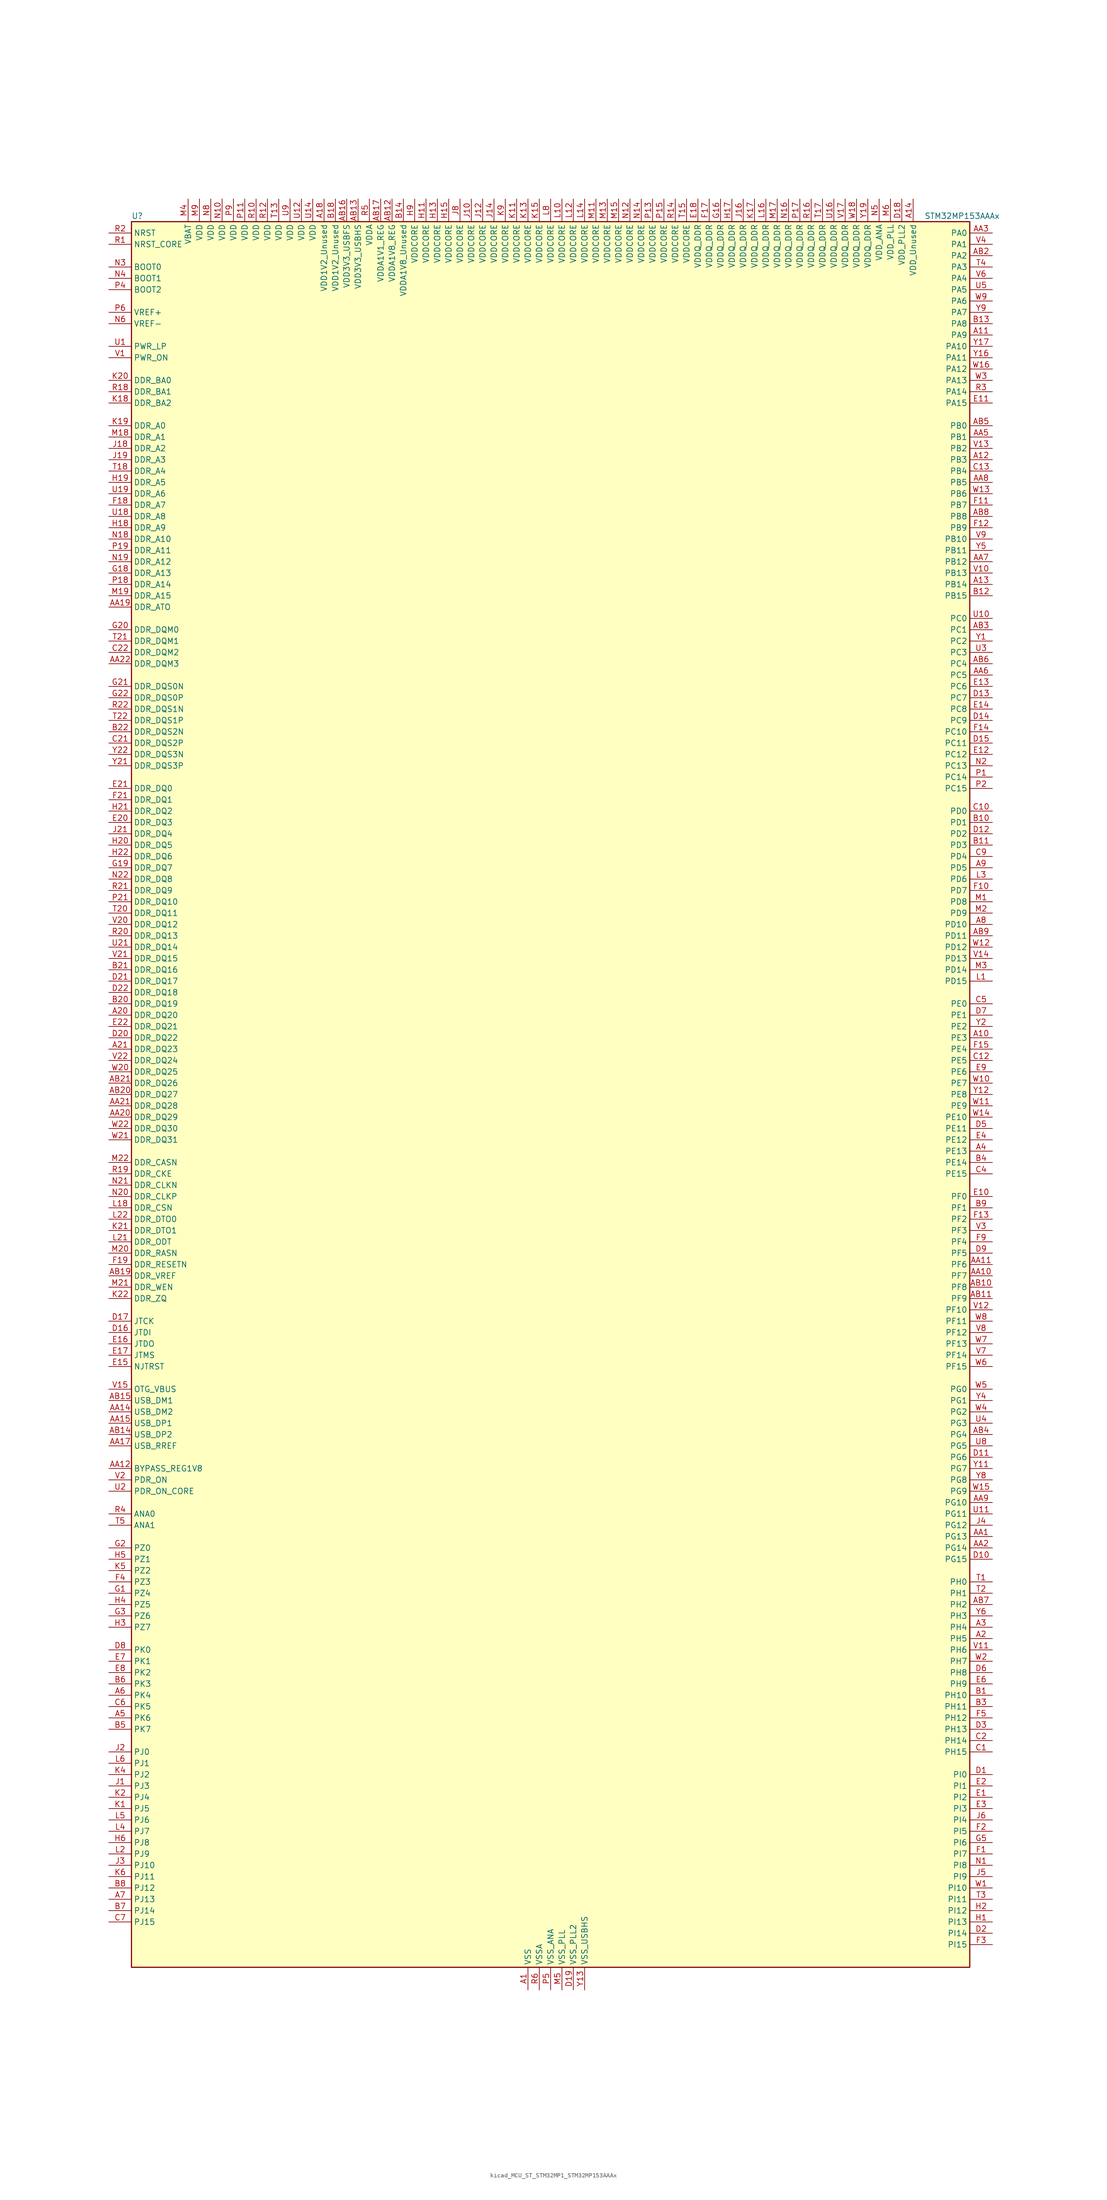
<source format=kicad_sym>
(kicad_symbol_lib
  (version 20220914)
  (generator kicad_symbol_editor)
  (symbol "kicad_MCU_ST_STM32MP1_STM32MP153AAAx"
    (property "Reference" "U"
      (at -93.98 196.85 0)
      (effects (font (size 1.27 1.27)) (justify left)))
    (property "Value" "STM32MP153AAAx"
      (at 83.82 196.85 0)
      (effects (font (size 1.27 1.27)) (justify left)))
    (property "ki_locked" ""
      (at 0 0 0)
      (effects (font (size 1.27 1.27))))
    (symbol "kicad_MCU_ST_STM32MP1_STM32MP153AAAx_0_1"
      (rectangle (start -93.98 -195.58) (end 93.98 195.58) (stroke (width 0.254) (type default)) (fill (type background))))
    (symbol "kicad_MCU_ST_STM32MP1_STM32MP153AAAx_1_1"
      (pin power_in line (at -5.08 -200.66 90) (length 5.08) (name "VSS" (effects (font (size 1.27 1.27)))) (number "A1" (effects (font (size 1.27 1.27)))))
      (pin bidirectional line (at 99.06 12.7 180) (length 5.08) (name "PE3" (effects (font (size 1.27 1.27)))) (number "A10" (effects (font (size 1.27 1.27)))) (alternate "DEBUG_TRACED0" bidirectional line) (alternate "FMC_A19" bidirectional line) (alternate "SAI1_SD_B" bidirectional line) (alternate "SDMMC2_CK" bidirectional line) (alternate "TIM15_BKIN" bidirectional line))
      (pin bidirectional line (at 99.06 170.18 180) (length 5.08) (name "PA9" (effects (font (size 1.27 1.27)))) (number "A11" (effects (font (size 1.27 1.27)))) (alternate "DAC1_EXTI9" bidirectional line) (alternate "DCMI_D0" bidirectional line) (alternate "I2C3_SMBA" bidirectional line) (alternate "I2S2_CK" bidirectional line) (alternate "LTDC_R5" bidirectional line) (alternate "SDMMC2_CDIR" bidirectional line) (alternate "SDMMC2_D5" bidirectional line) (alternate "SPI2_SCK" bidirectional line) (alternate "TIM1_CH2" bidirectional line) (alternate "USART1_TX" bidirectional line))
      (pin bidirectional line (at 99.06 142.24 180) (length 5.08) (name "PB3" (effects (font (size 1.27 1.27)))) (number "A12" (effects (font (size 1.27 1.27)))) (alternate "DEBUG_TRACED9" bidirectional line) (alternate "I2S1_CK" bidirectional line) (alternate "I2S3_CK" bidirectional line) (alternate "SAI4_CK1" bidirectional line) (alternate "SAI4_MCLK_A" bidirectional line) (alternate "SDMMC2_D2" bidirectional line) (alternate "SPI1_SCK" bidirectional line) (alternate "SPI3_SCK" bidirectional line) (alternate "SPI6_SCK" bidirectional line) (alternate "TIM2_CH2" bidirectional line) (alternate "UART7_RX" bidirectional line))
      (pin bidirectional line (at 99.06 114.3 180) (length 5.08) (name "PB14" (effects (font (size 1.27 1.27)))) (number "A13" (effects (font (size 1.27 1.27)))) (alternate "DFSDM1_DATIN2" bidirectional line) (alternate "I2S2_SDI" bidirectional line) (alternate "SDMMC2_D0" bidirectional line) (alternate "SPI2_MISO" bidirectional line) (alternate "TIM12_CH1" bidirectional line) (alternate "TIM1_CH2N" bidirectional line) (alternate "TIM8_CH2N" bidirectional line) (alternate "USART1_TX" bidirectional line) (alternate "USART3_DE" bidirectional line) (alternate "USART3_RTS" bidirectional line))
      (pin power_in line (at 81.28 200.66 270) (length 5.08) (name "VDD_Unused" (effects (font (size 1.27 1.27)))) (number "A14" (effects (font (size 1.27 1.27)))))
      (pin no_connect line (at -93.98 -195.58 0) (length 5.08) hide (name "DNU" (effects (font (size 1.27 1.27)))) (number "A15" (effects (font (size 1.27 1.27)))))
      (pin no_connect line (at -93.98 -193.04 0) (length 5.08) hide (name "DNU" (effects (font (size 1.27 1.27)))) (number "A16" (effects (font (size 1.27 1.27)))))
      (pin no_connect line (at -93.98 -190.5 0) (length 5.08) hide (name "DNU" (effects (font (size 1.27 1.27)))) (number "A17" (effects (font (size 1.27 1.27)))))
      (pin power_in line (at -50.8 200.66 270) (length 5.08) (name "VDD1V2_Unused" (effects (font (size 1.27 1.27)))) (number "A18" (effects (font (size 1.27 1.27)))))
      (pin passive line (at -5.08 -200.66 90) (length 5.08) hide (name "VSS" (effects (font (size 1.27 1.27)))) (number "A19" (effects (font (size 1.27 1.27)))))
      (pin bidirectional line (at 99.06 -121.92 180) (length 5.08) (name "PH5" (effects (font (size 1.27 1.27)))) (number "A2" (effects (font (size 1.27 1.27)))) (alternate "I2C2_SDA" bidirectional line) (alternate "SAI4_SD_B" bidirectional line) (alternate "SPI5_NSS" bidirectional line))
      (pin bidirectional line (at -99.06 17.78 0) (length 5.08) (name "DDR_DQ20" (effects (font (size 1.27 1.27)))) (number "A20" (effects (font (size 1.27 1.27)))) (alternate "DDR_DQ20" bidirectional line))
      (pin bidirectional line (at -99.06 10.16 0) (length 5.08) (name "DDR_DQ23" (effects (font (size 1.27 1.27)))) (number "A21" (effects (font (size 1.27 1.27)))) (alternate "DDR_DQ23" bidirectional line))
      (pin passive line (at -5.08 -200.66 90) (length 5.08) hide (name "VSS" (effects (font (size 1.27 1.27)))) (number "A22" (effects (font (size 1.27 1.27)))))
      (pin bidirectional line (at 99.06 -119.38 180) (length 5.08) (name "PH4" (effects (font (size 1.27 1.27)))) (number "A3" (effects (font (size 1.27 1.27)))) (alternate "I2C2_SCL" bidirectional line) (alternate "LTDC_G4" bidirectional line) (alternate "LTDC_G5" bidirectional line))
      (pin bidirectional line (at 99.06 -12.7 180) (length 5.08) (name "PE13" (effects (font (size 1.27 1.27)))) (number "A4" (effects (font (size 1.27 1.27)))) (alternate "DCMI_D6" bidirectional line) (alternate "DFSDM1_CKIN5" bidirectional line) (alternate "FMC_D10" bidirectional line) (alternate "FMC_DA10" bidirectional line) (alternate "HDP_HDP2" bidirectional line) (alternate "LTDC_DE" bidirectional line) (alternate "SAI2_FS_B" bidirectional line) (alternate "SPI4_MISO" bidirectional line) (alternate "TIM1_CH3" bidirectional line))
      (pin bidirectional line (at -99.06 -139.7 0) (length 5.08) (name "PK6" (effects (font (size 1.27 1.27)))) (number "A5" (effects (font (size 1.27 1.27)))) (alternate "DEBUG_TRACED7" bidirectional line) (alternate "HDP_HDP7" bidirectional line) (alternate "LTDC_B7" bidirectional line))
      (pin bidirectional line (at -99.06 -134.62 0) (length 5.08) (name "PK4" (effects (font (size 1.27 1.27)))) (number "A6" (effects (font (size 1.27 1.27)))) (alternate "LTDC_B5" bidirectional line))
      (pin bidirectional line (at -99.06 -180.34 0) (length 5.08) (name "PJ13" (effects (font (size 1.27 1.27)))) (number "A7" (effects (font (size 1.27 1.27)))) (alternate "LTDC_B1" bidirectional line) (alternate "LTDC_G4" bidirectional line))
      (pin bidirectional line (at 99.06 38.1 180) (length 5.08) (name "PD10" (effects (font (size 1.27 1.27)))) (number "A8" (effects (font (size 1.27 1.27)))) (alternate "DFSDM1_CKOUT" bidirectional line) (alternate "FMC_D15" bidirectional line) (alternate "FMC_DA15" bidirectional line) (alternate "I2C5_SMBA" bidirectional line) (alternate "I2S3_SDI" bidirectional line) (alternate "LTDC_B3" bidirectional line) (alternate "RTC_REFIN" bidirectional line) (alternate "SAI3_FS_B" bidirectional line) (alternate "SPI3_MISO" bidirectional line) (alternate "TIM16_BKIN" bidirectional line) (alternate "USART3_CK" bidirectional line))
      (pin bidirectional line (at 99.06 50.8 180) (length 5.08) (name "PD5" (effects (font (size 1.27 1.27)))) (number "A9" (effects (font (size 1.27 1.27)))) (alternate "FMC_NWE" bidirectional line) (alternate "SDMMC3_D2" bidirectional line) (alternate "USART2_TX" bidirectional line))
      (pin bidirectional line (at 99.06 -99.06 180) (length 5.08) (name "PG13" (effects (font (size 1.27 1.27)))) (number "AA1" (effects (font (size 1.27 1.27)))) (alternate "DEBUG_TRACED0" bidirectional line) (alternate "ETH1_TXD0" bidirectional line) (alternate "FMC_A24" bidirectional line) (alternate "LPTIM1_OUT" bidirectional line) (alternate "LTDC_R0" bidirectional line) (alternate "SAI1_CK2" bidirectional line) (alternate "SAI1_SCK_A" bidirectional line) (alternate "SAI4_CK1" bidirectional line) (alternate "SAI4_MCLK_A" bidirectional line) (alternate "SPI6_SCK" bidirectional line) (alternate "USART6_CTS" bidirectional line) (alternate "USART6_NSS" bidirectional line))
      (pin bidirectional line (at 99.06 -40.64 180) (length 5.08) (name "PF7" (effects (font (size 1.27 1.27)))) (number "AA10" (effects (font (size 1.27 1.27)))) (alternate "QUADSPI_BK1_IO2" bidirectional line) (alternate "SAI1_MCLK_B" bidirectional line) (alternate "SPI5_SCK" bidirectional line) (alternate "TIM17_CH1" bidirectional line) (alternate "UART7_TX" bidirectional line))
      (pin bidirectional line (at 99.06 -38.1 180) (length 5.08) (name "PF6" (effects (font (size 1.27 1.27)))) (number "AA11" (effects (font (size 1.27 1.27)))) (alternate "QUADSPI_BK1_IO3" bidirectional line) (alternate "SAI1_SD_B" bidirectional line) (alternate "SAI4_SCK_B" bidirectional line) (alternate "SPI5_NSS" bidirectional line) (alternate "TIM16_CH1" bidirectional line) (alternate "UART7_RX" bidirectional line))
      (pin bidirectional line (at -99.06 -83.82 0) (length 5.08) (name "BYPASS_REG1V8" (effects (font (size 1.27 1.27)))) (number "AA12" (effects (font (size 1.27 1.27)))))
      (pin passive line (at 7.62 -200.66 90) (length 5.08) hide (name "VSS_USBHS" (effects (font (size 1.27 1.27)))) (number "AA13" (effects (font (size 1.27 1.27)))))
      (pin bidirectional line (at -99.06 -71.12 0) (length 5.08) (name "USB_DM2" (effects (font (size 1.27 1.27)))) (number "AA14" (effects (font (size 1.27 1.27)))) (alternate "USBH_HS2_DM" bidirectional line) (alternate "USB_OTG_HS_DM" bidirectional line))
      (pin bidirectional line (at -99.06 -73.66 0) (length 5.08) (name "USB_DP1" (effects (font (size 1.27 1.27)))) (number "AA15" (effects (font (size 1.27 1.27)))) (alternate "USBH_HS1_DP" bidirectional line))
      (pin passive line (at 7.62 -200.66 90) (length 5.08) hide (name "VSS_USBHS" (effects (font (size 1.27 1.27)))) (number "AA16" (effects (font (size 1.27 1.27)))))
      (pin bidirectional line (at -99.06 -78.74 0) (length 5.08) (name "USB_RREF" (effects (font (size 1.27 1.27)))) (number "AA17" (effects (font (size 1.27 1.27)))))
      (pin passive line (at -5.08 -200.66 90) (length 5.08) hide (name "VSS" (effects (font (size 1.27 1.27)))) (number "AA18" (effects (font (size 1.27 1.27)))))
      (pin bidirectional line (at -99.06 109.22 0) (length 5.08) (name "DDR_ATO" (effects (font (size 1.27 1.27)))) (number "AA19" (effects (font (size 1.27 1.27)))) (alternate "DDR_ATO" bidirectional line))
      (pin bidirectional line (at 99.06 -101.6 180) (length 5.08) (name "PG14" (effects (font (size 1.27 1.27)))) (number "AA2" (effects (font (size 1.27 1.27)))) (alternate "DEBUG_TRACED1" bidirectional line) (alternate "ETH1_TXD1" bidirectional line) (alternate "FMC_A25" bidirectional line) (alternate "LPTIM1_ETR" bidirectional line) (alternate "LTDC_B0" bidirectional line) (alternate "QUADSPI_BK2_IO3" bidirectional line) (alternate "SAI4_D1" bidirectional line) (alternate "SAI4_SD_A" bidirectional line) (alternate "SPI6_MOSI" bidirectional line) (alternate "USART6_TX" bidirectional line))
      (pin bidirectional line (at -99.06 -5.08 0) (length 5.08) (name "DDR_DQ29" (effects (font (size 1.27 1.27)))) (number "AA20" (effects (font (size 1.27 1.27)))) (alternate "DDR_DQ29" bidirectional line))
      (pin bidirectional line (at -99.06 -2.54 0) (length 5.08) (name "DDR_DQ28" (effects (font (size 1.27 1.27)))) (number "AA21" (effects (font (size 1.27 1.27)))) (alternate "DDR_DQ28" bidirectional line))
      (pin bidirectional line (at -99.06 96.52 0) (length 5.08) (name "DDR_DQM3" (effects (font (size 1.27 1.27)))) (number "AA22" (effects (font (size 1.27 1.27)))) (alternate "DDR_DQM3" bidirectional line))
      (pin bidirectional line (at 99.06 193.04 180) (length 5.08) (name "PA0" (effects (font (size 1.27 1.27)))) (number "AA3" (effects (font (size 1.27 1.27)))) (alternate "ADC1_INP16" bidirectional line) (alternate "ETH1_CRS" bidirectional line) (alternate "PWR_WKUP1" bidirectional line) (alternate "SAI2_SD_B" bidirectional line) (alternate "SDMMC2_CMD" bidirectional line) (alternate "TIM15_BKIN" bidirectional line) (alternate "TIM2_CH1" bidirectional line) (alternate "TIM2_ETR" bidirectional line) (alternate "TIM5_CH1" bidirectional line) (alternate "TIM8_ETR" bidirectional line) (alternate "UART4_TX" bidirectional line) (alternate "USART2_CTS" bidirectional line) (alternate "USART2_NSS" bidirectional line))
      (pin passive line (at -5.08 -200.66 90) (length 5.08) hide (name "VSS" (effects (font (size 1.27 1.27)))) (number "AA4" (effects (font (size 1.27 1.27)))))
      (pin bidirectional line (at 99.06 147.32 180) (length 5.08) (name "PB1" (effects (font (size 1.27 1.27)))) (number "AA5" (effects (font (size 1.27 1.27)))) (alternate "ADC1_INP5" bidirectional line) (alternate "ADC2_INP5" bidirectional line) (alternate "DFSDM1_DATIN1" bidirectional line) (alternate "ETH1_RXD3" bidirectional line) (alternate "LTDC_G0" bidirectional line) (alternate "LTDC_R6" bidirectional line) (alternate "TIM1_CH3N" bidirectional line) (alternate "TIM3_CH4" bidirectional line) (alternate "TIM8_CH3N" bidirectional line))
      (pin bidirectional line (at 99.06 93.98 180) (length 5.08) (name "PC5" (effects (font (size 1.27 1.27)))) (number "AA6" (effects (font (size 1.27 1.27)))) (alternate "ADC1_INN4" bidirectional line) (alternate "ADC1_INP8" bidirectional line) (alternate "ADC2_INN4" bidirectional line) (alternate "ADC2_INP8" bidirectional line) (alternate "DFSDM1_DATIN2" bidirectional line) (alternate "ETH1_RXD1" bidirectional line) (alternate "SAI1_D3" bidirectional line) (alternate "SAI1_D4" bidirectional line) (alternate "SAI4_D3" bidirectional line) (alternate "SAI4_D4" bidirectional line) (alternate "SPDIFRX_IN3" bidirectional line))
      (pin bidirectional line (at 99.06 119.38 180) (length 5.08) (name "PB12" (effects (font (size 1.27 1.27)))) (number "AA7" (effects (font (size 1.27 1.27)))) (alternate "DFSDM1_DATIN1" bidirectional line) (alternate "ETH1_TXD0" bidirectional line) (alternate "FDCAN2_RX" bidirectional line) (alternate "I2C2_SMBA" bidirectional line) (alternate "I2C6_SMBA" bidirectional line) (alternate "I2S2_WS" bidirectional line) (alternate "SPI2_NSS" bidirectional line) (alternate "TIM1_BKIN" bidirectional line) (alternate "UART5_RX" bidirectional line) (alternate "USART3_CK" bidirectional line) (alternate "USART3_RX" bidirectional line))
      (pin bidirectional line (at 99.06 137.16 180) (length 5.08) (name "PB5" (effects (font (size 1.27 1.27)))) (number "AA8" (effects (font (size 1.27 1.27)))) (alternate "DCMI_D10" bidirectional line) (alternate "ETH1_CLK" bidirectional line) (alternate "ETH1_PPS_OUT" bidirectional line) (alternate "FDCAN2_RX" bidirectional line) (alternate "I2C1_SMBA" bidirectional line) (alternate "I2C4_SMBA" bidirectional line) (alternate "I2S1_SDO" bidirectional line) (alternate "I2S3_SDO" bidirectional line) (alternate "LTDC_G7" bidirectional line) (alternate "SAI4_D1" bidirectional line) (alternate "SAI4_SD_A" bidirectional line) (alternate "SPI1_MOSI" bidirectional line) (alternate "SPI3_MOSI" bidirectional line) (alternate "SPI6_MOSI" bidirectional line) (alternate "TIM17_BKIN" bidirectional line) (alternate "TIM3_CH2" bidirectional line) (alternate "UART5_RX" bidirectional line))
      (pin bidirectional line (at 99.06 -91.44 180) (length 5.08) (name "PG10" (effects (font (size 1.27 1.27)))) (number "AA9" (effects (font (size 1.27 1.27)))) (alternate "DCMI_D2" bidirectional line) (alternate "DEBUG_TRACED10" bidirectional line) (alternate "FMC_NE3" bidirectional line) (alternate "LTDC_B2" bidirectional line) (alternate "LTDC_G3" bidirectional line) (alternate "QUADSPI_BK2_IO2" bidirectional line) (alternate "SAI2_SD_B" bidirectional line) (alternate "UART8_CTS" bidirectional line))
      (pin passive line (at -5.08 -200.66 90) (length 5.08) hide (name "VSS" (effects (font (size 1.27 1.27)))) (number "AB1" (effects (font (size 1.27 1.27)))))
      (pin bidirectional line (at 99.06 -43.18 180) (length 5.08) (name "PF8" (effects (font (size 1.27 1.27)))) (number "AB10" (effects (font (size 1.27 1.27)))) (alternate "DEBUG_TRACED12" bidirectional line) (alternate "QUADSPI_BK1_IO0" bidirectional line) (alternate "SAI1_SCK_B" bidirectional line) (alternate "SPI5_MISO" bidirectional line) (alternate "TIM13_CH1" bidirectional line) (alternate "TIM16_CH1N" bidirectional line) (alternate "UART7_DE" bidirectional line) (alternate "UART7_RTS" bidirectional line))
      (pin bidirectional line (at 99.06 -45.72 180) (length 5.08) (name "PF9" (effects (font (size 1.27 1.27)))) (number "AB11" (effects (font (size 1.27 1.27)))) (alternate "DAC1_EXTI9" bidirectional line) (alternate "DEBUG_TRACED13" bidirectional line) (alternate "QUADSPI_BK1_IO1" bidirectional line) (alternate "SAI1_FS_B" bidirectional line) (alternate "SPI5_MOSI" bidirectional line) (alternate "TIM14_CH1" bidirectional line) (alternate "TIM17_CH1N" bidirectional line) (alternate "UART7_CTS" bidirectional line))
      (pin power_in line (at -35.56 200.66 270) (length 5.08) (name "VDDA1V8_REG" (effects (font (size 1.27 1.27)))) (number "AB12" (effects (font (size 1.27 1.27)))))
      (pin power_in line (at -43.18 200.66 270) (length 5.08) (name "VDD3V3_USBHS" (effects (font (size 1.27 1.27)))) (number "AB13" (effects (font (size 1.27 1.27)))))
      (pin bidirectional line (at -99.06 -76.2 0) (length 5.08) (name "USB_DP2" (effects (font (size 1.27 1.27)))) (number "AB14" (effects (font (size 1.27 1.27)))) (alternate "USBH_HS2_DP" bidirectional line) (alternate "USB_OTG_HS_DP" bidirectional line))
      (pin bidirectional line (at -99.06 -68.58 0) (length 5.08) (name "USB_DM1" (effects (font (size 1.27 1.27)))) (number "AB15" (effects (font (size 1.27 1.27)))) (alternate "USBH_HS1_DM" bidirectional line))
      (pin power_in line (at -45.72 200.66 270) (length 5.08) (name "VDD3V3_USBFS" (effects (font (size 1.27 1.27)))) (number "AB16" (effects (font (size 1.27 1.27)))))
      (pin power_in line (at -38.1 200.66 270) (length 5.08) (name "VDDA1V1_REG" (effects (font (size 1.27 1.27)))) (number "AB17" (effects (font (size 1.27 1.27)))))
      (pin passive line (at -5.08 -200.66 90) (length 5.08) hide (name "VSS" (effects (font (size 1.27 1.27)))) (number "AB18" (effects (font (size 1.27 1.27)))))
      (pin bidirectional line (at -99.06 -40.64 0) (length 5.08) (name "DDR_VREF" (effects (font (size 1.27 1.27)))) (number "AB19" (effects (font (size 1.27 1.27)))) (alternate "DDR_VREF" bidirectional line))
      (pin bidirectional line (at 99.06 187.96 180) (length 5.08) (name "PA2" (effects (font (size 1.27 1.27)))) (number "AB2" (effects (font (size 1.27 1.27)))) (alternate "ADC1_INP14" bidirectional line) (alternate "ETH1_MDIO" bidirectional line) (alternate "LPTIM4_OUT" bidirectional line) (alternate "LTDC_R1" bidirectional line) (alternate "PWR_WKUP2" bidirectional line) (alternate "SAI2_SCK_B" bidirectional line) (alternate "SDMMC2_D0DIR" bidirectional line) (alternate "TIM15_CH1" bidirectional line) (alternate "TIM2_CH3" bidirectional line) (alternate "TIM5_CH3" bidirectional line) (alternate "USART2_TX" bidirectional line))
      (pin bidirectional line (at -99.06 0 0) (length 5.08) (name "DDR_DQ27" (effects (font (size 1.27 1.27)))) (number "AB20" (effects (font (size 1.27 1.27)))) (alternate "DDR_DQ27" bidirectional line))
      (pin bidirectional line (at -99.06 2.54 0) (length 5.08) (name "DDR_DQ26" (effects (font (size 1.27 1.27)))) (number "AB21" (effects (font (size 1.27 1.27)))) (alternate "DDR_DQ26" bidirectional line))
      (pin passive line (at -5.08 -200.66 90) (length 5.08) hide (name "VSS" (effects (font (size 1.27 1.27)))) (number "AB22" (effects (font (size 1.27 1.27)))))
      (pin bidirectional line (at 99.06 104.14 180) (length 5.08) (name "PC1" (effects (font (size 1.27 1.27)))) (number "AB3" (effects (font (size 1.27 1.27)))) (alternate "ADC1_INN10" bidirectional line) (alternate "ADC1_INP11" bidirectional line) (alternate "ADC2_INN10" bidirectional line) (alternate "ADC2_INP11" bidirectional line) (alternate "DEBUG_TRACED0" bidirectional line) (alternate "DFSDM1_CKIN4" bidirectional line) (alternate "DFSDM1_DATIN0" bidirectional line) (alternate "ETH1_MDC" bidirectional line) (alternate "I2S2_SDO" bidirectional line) (alternate "PWR_WKUP6" bidirectional line) (alternate "SAI1_D1" bidirectional line) (alternate "SAI1_SD_A" bidirectional line) (alternate "SDMMC2_CK" bidirectional line) (alternate "SPI2_MOSI" bidirectional line) (alternate "TAMP_IN3" bidirectional line))
      (pin bidirectional line (at 99.06 -76.2 180) (length 5.08) (name "PG4" (effects (font (size 1.27 1.27)))) (number "AB4" (effects (font (size 1.27 1.27)))) (alternate "ETH1_GTX_CLK" bidirectional line) (alternate "FMC_A14" bidirectional line) (alternate "TIM1_BKIN2" bidirectional line))
      (pin bidirectional line (at 99.06 149.86 180) (length 5.08) (name "PB0" (effects (font (size 1.27 1.27)))) (number "AB5" (effects (font (size 1.27 1.27)))) (alternate "ADC1_INN5" bidirectional line) (alternate "ADC1_INP9" bidirectional line) (alternate "ADC2_INN5" bidirectional line) (alternate "ADC2_INP9" bidirectional line) (alternate "DFSDM1_CKOUT" bidirectional line) (alternate "ETH1_RXD2" bidirectional line) (alternate "LTDC_G1" bidirectional line) (alternate "LTDC_R3" bidirectional line) (alternate "TIM1_CH2N" bidirectional line) (alternate "TIM3_CH3" bidirectional line) (alternate "TIM8_CH2N" bidirectional line) (alternate "UART4_CTS" bidirectional line))
      (pin bidirectional line (at 99.06 96.52 180) (length 5.08) (name "PC4" (effects (font (size 1.27 1.27)))) (number "AB6" (effects (font (size 1.27 1.27)))) (alternate "ADC1_INP4" bidirectional line) (alternate "ADC2_INP4" bidirectional line) (alternate "DFSDM1_CKIN2" bidirectional line) (alternate "ETH1_RXD0" bidirectional line) (alternate "I2S1_MCK" bidirectional line) (alternate "SPDIFRX_IN2" bidirectional line))
      (pin bidirectional line (at 99.06 -114.3 180) (length 5.08) (name "PH2" (effects (font (size 1.27 1.27)))) (number "AB7" (effects (font (size 1.27 1.27)))) (alternate "ETH1_CRS" bidirectional line) (alternate "LPTIM1_IN2" bidirectional line) (alternate "LTDC_R0" bidirectional line) (alternate "QUADSPI_BK2_IO0" bidirectional line) (alternate "SAI2_SCK_B" bidirectional line))
      (pin bidirectional line (at 99.06 129.54 180) (length 5.08) (name "PB8" (effects (font (size 1.27 1.27)))) (number "AB8" (effects (font (size 1.27 1.27)))) (alternate "DCMI_D6" bidirectional line) (alternate "DFSDM1_CKIN7" bidirectional line) (alternate "ETH1_TXD3" bidirectional line) (alternate "FDCAN1_RX" bidirectional line) (alternate "HDP_HDP6" bidirectional line) (alternate "I2C1_SCL" bidirectional line) (alternate "I2C4_SCL" bidirectional line) (alternate "LTDC_B6" bidirectional line) (alternate "SDMMC1_CKIN" bidirectional line) (alternate "SDMMC1_D4" bidirectional line) (alternate "SDMMC2_CKIN" bidirectional line) (alternate "SDMMC2_D4" bidirectional line) (alternate "TIM16_CH1" bidirectional line) (alternate "TIM4_CH3" bidirectional line) (alternate "UART4_RX" bidirectional line))
      (pin bidirectional line (at 99.06 35.56 180) (length 5.08) (name "PD11" (effects (font (size 1.27 1.27)))) (number "AB9" (effects (font (size 1.27 1.27)))) (alternate "ADC1_EXTI11" bidirectional line) (alternate "ADC2_EXTI11" bidirectional line) (alternate "FMC_A16" bidirectional line) (alternate "FMC_CLE" bidirectional line) (alternate "I2C1_SMBA" bidirectional line) (alternate "I2C4_SMBA" bidirectional line) (alternate "LPTIM2_IN2" bidirectional line) (alternate "QUADSPI_BK1_IO0" bidirectional line) (alternate "SAI2_SD_A" bidirectional line) (alternate "USART3_CTS" bidirectional line) (alternate "USART3_NSS" bidirectional line))
      (pin bidirectional line (at 99.06 -134.62 180) (length 5.08) (name "PH10" (effects (font (size 1.27 1.27)))) (number "B1" (effects (font (size 1.27 1.27)))) (alternate "DCMI_D1" bidirectional line) (alternate "I2C1_SMBA" bidirectional line) (alternate "I2C4_SMBA" bidirectional line) (alternate "LTDC_R4" bidirectional line) (alternate "TIM5_CH1" bidirectional line))
      (pin bidirectional line (at 99.06 60.96 180) (length 5.08) (name "PD1" (effects (font (size 1.27 1.27)))) (number "B10" (effects (font (size 1.27 1.27)))) (alternate "DFSDM1_CKIN7" bidirectional line) (alternate "DFSDM1_DATIN6" bidirectional line) (alternate "FDCAN1_TX" bidirectional line) (alternate "FMC_D3" bidirectional line) (alternate "FMC_DA3" bidirectional line) (alternate "I2C5_SCL" bidirectional line) (alternate "I2C6_SCL" bidirectional line) (alternate "SAI3_SD_A" bidirectional line) (alternate "SDMMC3_D0" bidirectional line) (alternate "UART4_TX" bidirectional line))
      (pin bidirectional line (at 99.06 55.88 180) (length 5.08) (name "PD3" (effects (font (size 1.27 1.27)))) (number "B11" (effects (font (size 1.27 1.27)))) (alternate "DCMI_D5" bidirectional line) (alternate "DFSDM1_CKOUT" bidirectional line) (alternate "DFSDM1_DATIN0" bidirectional line) (alternate "FMC_CLK" bidirectional line) (alternate "HDP_HDP5" bidirectional line) (alternate "I2S2_CK" bidirectional line) (alternate "LTDC_G7" bidirectional line) (alternate "SDMMC1_D123DIR" bidirectional line) (alternate "SDMMC1_D7" bidirectional line) (alternate "SDMMC2_D123DIR" bidirectional line) (alternate "SDMMC2_D7" bidirectional line) (alternate "SPI2_SCK" bidirectional line) (alternate "USART2_CTS" bidirectional line) (alternate "USART2_NSS" bidirectional line))
      (pin bidirectional line (at 99.06 111.76 180) (length 5.08) (name "PB15" (effects (font (size 1.27 1.27)))) (number "B12" (effects (font (size 1.27 1.27)))) (alternate "ADC1_EXTI15" bidirectional line) (alternate "ADC2_EXTI15" bidirectional line) (alternate "DFSDM1_CKIN2" bidirectional line) (alternate "I2S2_SDO" bidirectional line) (alternate "RTC_REFIN" bidirectional line) (alternate "SDMMC2_D1" bidirectional line) (alternate "SPI2_MOSI" bidirectional line) (alternate "TIM12_CH2" bidirectional line) (alternate "TIM1_CH3N" bidirectional line) (alternate "TIM8_CH3N" bidirectional line) (alternate "USART1_RX" bidirectional line))
      (pin bidirectional line (at 99.06 172.72 180) (length 5.08) (name "PA8" (effects (font (size 1.27 1.27)))) (number "B13" (effects (font (size 1.27 1.27)))) (alternate "I2C3_SCL" bidirectional line) (alternate "I2S3_SDO" bidirectional line) (alternate "LTDC_R6" bidirectional line) (alternate "RCC_MCO_1" bidirectional line) (alternate "SAI4_SD_B" bidirectional line) (alternate "SDMMC2_CKIN" bidirectional line) (alternate "SDMMC2_D4" bidirectional line) (alternate "SPI3_MOSI" bidirectional line) (alternate "TIM1_CH1" bidirectional line) (alternate "TIM8_BKIN2" bidirectional line) (alternate "UART7_RX" bidirectional line) (alternate "USART1_CK" bidirectional line) (alternate "USB_OTG_HS_SOF" bidirectional line))
      (pin power_in line (at -33.02 200.66 270) (length 5.08) (name "VDDA1V8_Unused" (effects (font (size 1.27 1.27)))) (number "B14" (effects (font (size 1.27 1.27)))))
      (pin no_connect line (at -93.98 -187.96 0) (length 5.08) hide (name "DNU" (effects (font (size 1.27 1.27)))) (number "B15" (effects (font (size 1.27 1.27)))))
      (pin no_connect line (at -93.98 -185.42 0) (length 5.08) hide (name "DNU" (effects (font (size 1.27 1.27)))) (number "B16" (effects (font (size 1.27 1.27)))))
      (pin no_connect line (at -93.98 -182.88 0) (length 5.08) hide (name "DNU" (effects (font (size 1.27 1.27)))) (number "B17" (effects (font (size 1.27 1.27)))))
      (pin power_in line (at -48.26 200.66 270) (length 5.08) (name "VDD1V2_Unused" (effects (font (size 1.27 1.27)))) (number "B18" (effects (font (size 1.27 1.27)))))
      (pin passive line (at -5.08 -200.66 90) (length 5.08) hide (name "VSS" (effects (font (size 1.27 1.27)))) (number "B19" (effects (font (size 1.27 1.27)))))
      (pin passive line (at -5.08 -200.66 90) (length 5.08) hide (name "VSS" (effects (font (size 1.27 1.27)))) (number "B2" (effects (font (size 1.27 1.27)))))
      (pin bidirectional line (at -99.06 20.32 0) (length 5.08) (name "DDR_DQ19" (effects (font (size 1.27 1.27)))) (number "B20" (effects (font (size 1.27 1.27)))) (alternate "DDR_DQ19" bidirectional line))
      (pin bidirectional line (at -99.06 27.94 0) (length 5.08) (name "DDR_DQ16" (effects (font (size 1.27 1.27)))) (number "B21" (effects (font (size 1.27 1.27)))) (alternate "DDR_DQ16" bidirectional line))
      (pin bidirectional line (at -99.06 81.28 0) (length 5.08) (name "DDR_DQS2N" (effects (font (size 1.27 1.27)))) (number "B22" (effects (font (size 1.27 1.27)))) (alternate "DDR_DQS2N" bidirectional line))
      (pin bidirectional line (at 99.06 -137.16 180) (length 5.08) (name "PH11" (effects (font (size 1.27 1.27)))) (number "B3" (effects (font (size 1.27 1.27)))) (alternate "ADC1_EXTI11" bidirectional line) (alternate "ADC2_EXTI11" bidirectional line) (alternate "DCMI_D2" bidirectional line) (alternate "I2C1_SCL" bidirectional line) (alternate "I2C4_SCL" bidirectional line) (alternate "LTDC_R5" bidirectional line) (alternate "TIM5_CH2" bidirectional line))
      (pin bidirectional line (at 99.06 -15.24 180) (length 5.08) (name "PE14" (effects (font (size 1.27 1.27)))) (number "B4" (effects (font (size 1.27 1.27)))) (alternate "FMC_D11" bidirectional line) (alternate "FMC_DA11" bidirectional line) (alternate "LTDC_CLK" bidirectional line) (alternate "LTDC_G0" bidirectional line) (alternate "SAI2_MCLK_B" bidirectional line) (alternate "SDMMC1_D123DIR" bidirectional line) (alternate "SPI4_MOSI" bidirectional line) (alternate "TIM1_CH4" bidirectional line) (alternate "UART8_DE" bidirectional line) (alternate "UART8_RTS" bidirectional line))
      (pin bidirectional line (at -99.06 -142.24 0) (length 5.08) (name "PK7" (effects (font (size 1.27 1.27)))) (number "B5" (effects (font (size 1.27 1.27)))) (alternate "LTDC_DE" bidirectional line))
      (pin bidirectional line (at -99.06 -132.08 0) (length 5.08) (name "PK3" (effects (font (size 1.27 1.27)))) (number "B6" (effects (font (size 1.27 1.27)))) (alternate "LTDC_B4" bidirectional line))
      (pin bidirectional line (at -99.06 -182.88 0) (length 5.08) (name "PJ14" (effects (font (size 1.27 1.27)))) (number "B7" (effects (font (size 1.27 1.27)))) (alternate "LTDC_B2" bidirectional line))
      (pin bidirectional line (at -99.06 -177.8 0) (length 5.08) (name "PJ12" (effects (font (size 1.27 1.27)))) (number "B8" (effects (font (size 1.27 1.27)))) (alternate "LTDC_B0" bidirectional line) (alternate "LTDC_G3" bidirectional line))
      (pin bidirectional line (at 99.06 -25.4 180) (length 5.08) (name "PF1" (effects (font (size 1.27 1.27)))) (number "B9" (effects (font (size 1.27 1.27)))) (alternate "FMC_A1" bidirectional line) (alternate "I2C2_SCL" bidirectional line) (alternate "SDMMC3_CDIR" bidirectional line) (alternate "SDMMC3_CMD" bidirectional line))
      (pin bidirectional line (at 99.06 -147.32 180) (length 5.08) (name "PH15" (effects (font (size 1.27 1.27)))) (number "C1" (effects (font (size 1.27 1.27)))) (alternate "ADC1_EXTI15" bidirectional line) (alternate "ADC2_EXTI15" bidirectional line) (alternate "DCMI_D11" bidirectional line) (alternate "LTDC_G4" bidirectional line) (alternate "TIM8_CH3N" bidirectional line))
      (pin bidirectional line (at 99.06 63.5 180) (length 5.08) (name "PD0" (effects (font (size 1.27 1.27)))) (number "C10" (effects (font (size 1.27 1.27)))) (alternate "DFSDM1_CKIN6" bidirectional line) (alternate "DFSDM1_DATIN7" bidirectional line) (alternate "FDCAN1_RX" bidirectional line) (alternate "FMC_D2" bidirectional line) (alternate "FMC_DA2" bidirectional line) (alternate "I2C5_SDA" bidirectional line) (alternate "I2C6_SDA" bidirectional line) (alternate "SAI3_SCK_A" bidirectional line) (alternate "SDMMC3_CMD" bidirectional line) (alternate "UART4_RX" bidirectional line))
      (pin passive line (at -5.08 -200.66 90) (length 5.08) hide (name "VSS" (effects (font (size 1.27 1.27)))) (number "C11" (effects (font (size 1.27 1.27)))))
      (pin bidirectional line (at 99.06 7.62 180) (length 5.08) (name "PE5" (effects (font (size 1.27 1.27)))) (number "C12" (effects (font (size 1.27 1.27)))) (alternate "DCMI_D6" bidirectional line) (alternate "DEBUG_TRACED3" bidirectional line) (alternate "DFSDM1_CKIN3" bidirectional line) (alternate "FMC_A21" bidirectional line) (alternate "LTDC_G0" bidirectional line) (alternate "SAI1_CK2" bidirectional line) (alternate "SAI1_SCK_A" bidirectional line) (alternate "SDMMC1_D0DIR" bidirectional line) (alternate "SDMMC1_D6" bidirectional line) (alternate "SDMMC2_D0DIR" bidirectional line) (alternate "SDMMC2_D6" bidirectional line) (alternate "SPI4_MISO" bidirectional line) (alternate "TIM15_CH1" bidirectional line))
      (pin bidirectional line (at 99.06 139.7 180) (length 5.08) (name "PB4" (effects (font (size 1.27 1.27)))) (number "C13" (effects (font (size 1.27 1.27)))) (alternate "DEBUG_TRACED8" bidirectional line) (alternate "I2S1_SDI" bidirectional line) (alternate "I2S2_WS" bidirectional line) (alternate "I2S3_SDI" bidirectional line) (alternate "SAI4_CK2" bidirectional line) (alternate "SAI4_SCK_A" bidirectional line) (alternate "SDMMC2_D3" bidirectional line) (alternate "SPI1_MISO" bidirectional line) (alternate "SPI2_NSS" bidirectional line) (alternate "SPI3_MISO" bidirectional line) (alternate "SPI6_MISO" bidirectional line) (alternate "TIM16_BKIN" bidirectional line) (alternate "TIM3_CH1" bidirectional line) (alternate "UART7_TX" bidirectional line))
      (pin passive line (at -5.08 -200.66 90) (length 5.08) hide (name "VSS" (effects (font (size 1.27 1.27)))) (number "C14" (effects (font (size 1.27 1.27)))))
      (pin passive line (at -5.08 -200.66 90) (length 5.08) hide (name "VSS" (effects (font (size 1.27 1.27)))) (number "C15" (effects (font (size 1.27 1.27)))))
      (pin passive line (at -5.08 -200.66 90) (length 5.08) hide (name "VSS" (effects (font (size 1.27 1.27)))) (number "C16" (effects (font (size 1.27 1.27)))))
      (pin passive line (at -5.08 -200.66 90) (length 5.08) hide (name "VSS" (effects (font (size 1.27 1.27)))) (number "C17" (effects (font (size 1.27 1.27)))))
      (pin passive line (at -5.08 -200.66 90) (length 5.08) hide (name "VSS" (effects (font (size 1.27 1.27)))) (number "C18" (effects (font (size 1.27 1.27)))))
      (pin passive line (at -5.08 -200.66 90) (length 5.08) hide (name "VSS" (effects (font (size 1.27 1.27)))) (number "C19" (effects (font (size 1.27 1.27)))))
      (pin bidirectional line (at 99.06 -144.78 180) (length 5.08) (name "PH14" (effects (font (size 1.27 1.27)))) (number "C2" (effects (font (size 1.27 1.27)))) (alternate "DCMI_D4" bidirectional line) (alternate "FDCAN1_RX" bidirectional line) (alternate "LTDC_G3" bidirectional line) (alternate "TIM8_CH2N" bidirectional line) (alternate "UART4_RX" bidirectional line))
      (pin passive line (at -5.08 -200.66 90) (length 5.08) hide (name "VSS" (effects (font (size 1.27 1.27)))) (number "C20" (effects (font (size 1.27 1.27)))))
      (pin bidirectional line (at -99.06 78.74 0) (length 5.08) (name "DDR_DQS2P" (effects (font (size 1.27 1.27)))) (number "C21" (effects (font (size 1.27 1.27)))) (alternate "DDR_DQS2P" bidirectional line))
      (pin bidirectional line (at -99.06 99.06 0) (length 5.08) (name "DDR_DQM2" (effects (font (size 1.27 1.27)))) (number "C22" (effects (font (size 1.27 1.27)))) (alternate "DDR_DQM2" bidirectional line))
      (pin passive line (at -5.08 -200.66 90) (length 5.08) hide (name "VSS" (effects (font (size 1.27 1.27)))) (number "C3" (effects (font (size 1.27 1.27)))))
      (pin bidirectional line (at 99.06 -17.78 180) (length 5.08) (name "PE15" (effects (font (size 1.27 1.27)))) (number "C4" (effects (font (size 1.27 1.27)))) (alternate "ADC1_EXTI15" bidirectional line) (alternate "ADC2_EXTI15" bidirectional line) (alternate "FMC_D12" bidirectional line) (alternate "FMC_DA12" bidirectional line) (alternate "FMC_NCE2" bidirectional line) (alternate "HDP_HDP3" bidirectional line) (alternate "LTDC_R7" bidirectional line) (alternate "TIM15_BKIN" bidirectional line) (alternate "TIM1_BKIN" bidirectional line) (alternate "UART8_CTS" bidirectional line) (alternate "USART2_CTS" bidirectional line) (alternate "USART2_NSS" bidirectional line))
      (pin bidirectional line (at 99.06 20.32 180) (length 5.08) (name "PE0" (effects (font (size 1.27 1.27)))) (number "C5" (effects (font (size 1.27 1.27)))) (alternate "DCMI_D2" bidirectional line) (alternate "FMC_NBL0" bidirectional line) (alternate "I2S3_CK" bidirectional line) (alternate "LPTIM1_ETR" bidirectional line) (alternate "LPTIM2_ETR" bidirectional line) (alternate "SAI2_MCLK_A" bidirectional line) (alternate "SAI4_MCLK_B" bidirectional line) (alternate "SPI3_SCK" bidirectional line) (alternate "TIM4_ETR" bidirectional line) (alternate "UART8_RX" bidirectional line))
      (pin bidirectional line (at -99.06 -137.16 0) (length 5.08) (name "PK5" (effects (font (size 1.27 1.27)))) (number "C6" (effects (font (size 1.27 1.27)))) (alternate "DEBUG_TRACED6" bidirectional line) (alternate "HDP_HDP6" bidirectional line) (alternate "LTDC_B6" bidirectional line))
      (pin bidirectional line (at -99.06 -185.42 0) (length 5.08) (name "PJ15" (effects (font (size 1.27 1.27)))) (number "C7" (effects (font (size 1.27 1.27)))) (alternate "ADC1_EXTI15" bidirectional line) (alternate "ADC2_EXTI15" bidirectional line) (alternate "LTDC_B3" bidirectional line))
      (pin passive line (at -5.08 -200.66 90) (length 5.08) hide (name "VSS" (effects (font (size 1.27 1.27)))) (number "C8" (effects (font (size 1.27 1.27)))))
      (pin bidirectional line (at 99.06 53.34 180) (length 5.08) (name "PD4" (effects (font (size 1.27 1.27)))) (number "C9" (effects (font (size 1.27 1.27)))) (alternate "DFSDM1_CKIN0" bidirectional line) (alternate "FMC_NOE" bidirectional line) (alternate "SAI3_FS_A" bidirectional line) (alternate "SDMMC3_D1" bidirectional line) (alternate "USART2_DE" bidirectional line) (alternate "USART2_RTS" bidirectional line))
      (pin bidirectional line (at 99.06 -152.4 180) (length 5.08) (name "PI0" (effects (font (size 1.27 1.27)))) (number "D1" (effects (font (size 1.27 1.27)))) (alternate "DCMI_D13" bidirectional line) (alternate "I2S2_WS" bidirectional line) (alternate "LTDC_G5" bidirectional line) (alternate "SPI2_NSS" bidirectional line) (alternate "TIM5_CH4" bidirectional line))
      (pin bidirectional line (at 99.06 -104.14 180) (length 5.08) (name "PG15" (effects (font (size 1.27 1.27)))) (number "D10" (effects (font (size 1.27 1.27)))) (alternate "ADC1_EXTI15" bidirectional line) (alternate "ADC2_EXTI15" bidirectional line) (alternate "DCMI_D13" bidirectional line) (alternate "DEBUG_TRACED7" bidirectional line) (alternate "I2C2_SDA" bidirectional line) (alternate "SAI1_D2" bidirectional line) (alternate "SAI1_FS_A" bidirectional line) (alternate "SDMMC3_CK" bidirectional line) (alternate "USART6_CTS" bidirectional line) (alternate "USART6_NSS" bidirectional line))
      (pin bidirectional line (at 99.06 -81.28 180) (length 5.08) (name "PG6" (effects (font (size 1.27 1.27)))) (number "D11" (effects (font (size 1.27 1.27)))) (alternate "DCMI_D12" bidirectional line) (alternate "DEBUG_TRACED14" bidirectional line) (alternate "LTDC_R7" bidirectional line) (alternate "SDMMC2_CMD" bidirectional line) (alternate "TIM17_BKIN" bidirectional line))
      (pin bidirectional line (at 99.06 58.42 180) (length 5.08) (name "PD2" (effects (font (size 1.27 1.27)))) (number "D12" (effects (font (size 1.27 1.27)))) (alternate "DCMI_D11" bidirectional line) (alternate "I2C5_SMBA" bidirectional line) (alternate "SDMMC1_CMD" bidirectional line) (alternate "TIM3_ETR" bidirectional line) (alternate "UART4_RX" bidirectional line) (alternate "UART5_RX" bidirectional line))
      (pin bidirectional line (at 99.06 88.9 180) (length 5.08) (name "PC7" (effects (font (size 1.27 1.27)))) (number "D13" (effects (font (size 1.27 1.27)))) (alternate "DCMI_D1" bidirectional line) (alternate "DFSDM1_DATIN3" bidirectional line) (alternate "HDP_HDP4" bidirectional line) (alternate "I2S3_MCK" bidirectional line) (alternate "LTDC_G6" bidirectional line) (alternate "SDMMC1_D123DIR" bidirectional line) (alternate "SDMMC1_D7" bidirectional line) (alternate "SDMMC2_D123DIR" bidirectional line) (alternate "SDMMC2_D7" bidirectional line) (alternate "TIM3_CH2" bidirectional line) (alternate "TIM8_CH2" bidirectional line) (alternate "USART6_RX" bidirectional line))
      (pin bidirectional line (at 99.06 83.82 180) (length 5.08) (name "PC9" (effects (font (size 1.27 1.27)))) (number "D14" (effects (font (size 1.27 1.27)))) (alternate "DAC1_EXTI9" bidirectional line) (alternate "DCMI_D3" bidirectional line) (alternate "DEBUG_TRACED1" bidirectional line) (alternate "I2C3_SDA" bidirectional line) (alternate "I2S_CKIN" bidirectional line) (alternate "LTDC_B2" bidirectional line) (alternate "QUADSPI_BK1_IO0" bidirectional line) (alternate "SDMMC1_D1" bidirectional line) (alternate "TIM3_CH4" bidirectional line) (alternate "TIM8_CH4" bidirectional line) (alternate "UART5_CTS" bidirectional line))
      (pin bidirectional line (at 99.06 78.74 180) (length 5.08) (name "PC11" (effects (font (size 1.27 1.27)))) (number "D15" (effects (font (size 1.27 1.27)))) (alternate "ADC1_EXTI11" bidirectional line) (alternate "ADC2_EXTI11" bidirectional line) (alternate "DCMI_D4" bidirectional line) (alternate "DEBUG_TRACED3" bidirectional line) (alternate "DFSDM1_DATIN5" bidirectional line) (alternate "I2S3_SDI" bidirectional line) (alternate "QUADSPI_BK2_NCS" bidirectional line) (alternate "SAI4_SCK_B" bidirectional line) (alternate "SDMMC1_D3" bidirectional line) (alternate "SPI3_MISO" bidirectional line) (alternate "UART4_RX" bidirectional line) (alternate "USART3_RX" bidirectional line))
      (pin bidirectional line (at -99.06 -53.34 0) (length 5.08) (name "JTDI" (effects (font (size 1.27 1.27)))) (number "D16" (effects (font (size 1.27 1.27)))) (alternate "DEBUG_JTDI" bidirectional line))
      (pin bidirectional line (at -99.06 -50.8 0) (length 5.08) (name "JTCK" (effects (font (size 1.27 1.27)))) (number "D17" (effects (font (size 1.27 1.27)))) (alternate "DEBUG_JTCK-SWCLK" bidirectional line))
      (pin power_in line (at 78.74 200.66 270) (length 5.08) (name "VDD_PLL2" (effects (font (size 1.27 1.27)))) (number "D18" (effects (font (size 1.27 1.27)))))
      (pin power_in line (at 5.08 -200.66 90) (length 5.08) (name "VSS_PLL2" (effects (font (size 1.27 1.27)))) (number "D19" (effects (font (size 1.27 1.27)))))
      (pin bidirectional line (at 99.06 -187.96 180) (length 5.08) (name "PI14" (effects (font (size 1.27 1.27)))) (number "D2" (effects (font (size 1.27 1.27)))) (alternate "DEBUG_TRACECLK" bidirectional line) (alternate "LTDC_CLK" bidirectional line))
      (pin bidirectional line (at -99.06 12.7 0) (length 5.08) (name "DDR_DQ22" (effects (font (size 1.27 1.27)))) (number "D20" (effects (font (size 1.27 1.27)))) (alternate "DDR_DQ22" bidirectional line))
      (pin bidirectional line (at -99.06 25.4 0) (length 5.08) (name "DDR_DQ17" (effects (font (size 1.27 1.27)))) (number "D21" (effects (font (size 1.27 1.27)))) (alternate "DDR_DQ17" bidirectional line))
      (pin bidirectional line (at -99.06 22.86 0) (length 5.08) (name "DDR_DQ18" (effects (font (size 1.27 1.27)))) (number "D22" (effects (font (size 1.27 1.27)))) (alternate "DDR_DQ18" bidirectional line))
      (pin bidirectional line (at 99.06 -142.24 180) (length 5.08) (name "PH13" (effects (font (size 1.27 1.27)))) (number "D3" (effects (font (size 1.27 1.27)))) (alternate "FDCAN1_TX" bidirectional line) (alternate "LTDC_G2" bidirectional line) (alternate "TIM8_CH1N" bidirectional line) (alternate "UART4_TX" bidirectional line))
      (pin passive line (at -5.08 -200.66 90) (length 5.08) hide (name "VSS" (effects (font (size 1.27 1.27)))) (number "D4" (effects (font (size 1.27 1.27)))))
      (pin bidirectional line (at 99.06 -7.62 180) (length 5.08) (name "PE11" (effects (font (size 1.27 1.27)))) (number "D5" (effects (font (size 1.27 1.27)))) (alternate "ADC1_EXTI11" bidirectional line) (alternate "ADC2_EXTI11" bidirectional line) (alternate "DCMI_D4" bidirectional line) (alternate "DFSDM1_CKIN4" bidirectional line) (alternate "FMC_D8" bidirectional line) (alternate "FMC_DA8" bidirectional line) (alternate "LTDC_G3" bidirectional line) (alternate "SAI2_SD_B" bidirectional line) (alternate "SPI4_NSS" bidirectional line) (alternate "TIM1_CH2" bidirectional line) (alternate "USART6_CK" bidirectional line))
      (pin bidirectional line (at 99.06 -129.54 180) (length 5.08) (name "PH8" (effects (font (size 1.27 1.27)))) (number "D6" (effects (font (size 1.27 1.27)))) (alternate "DCMI_HSYNC" bidirectional line) (alternate "I2C3_SDA" bidirectional line) (alternate "LTDC_R2" bidirectional line) (alternate "TIM5_ETR" bidirectional line))
      (pin bidirectional line (at 99.06 17.78 180) (length 5.08) (name "PE1" (effects (font (size 1.27 1.27)))) (number "D7" (effects (font (size 1.27 1.27)))) (alternate "DCMI_D3" bidirectional line) (alternate "FMC_NBL1" bidirectional line) (alternate "I2S2_MCK" bidirectional line) (alternate "LPTIM1_IN2" bidirectional line) (alternate "SAI3_SD_B" bidirectional line) (alternate "UART8_TX" bidirectional line))
      (pin bidirectional line (at -99.06 -124.46 0) (length 5.08) (name "PK0" (effects (font (size 1.27 1.27)))) (number "D8" (effects (font (size 1.27 1.27)))) (alternate "LTDC_G5" bidirectional line) (alternate "SPI5_SCK" bidirectional line) (alternate "TIM1_CH1N" bidirectional line) (alternate "TIM8_CH3" bidirectional line))
      (pin bidirectional line (at 99.06 -35.56 180) (length 5.08) (name "PF5" (effects (font (size 1.27 1.27)))) (number "D9" (effects (font (size 1.27 1.27)))) (alternate "FMC_A5" bidirectional line) (alternate "SDMMC3_D2" bidirectional line) (alternate "USART2_TX" bidirectional line))
      (pin bidirectional line (at 99.06 -157.48 180) (length 5.08) (name "PI2" (effects (font (size 1.27 1.27)))) (number "E1" (effects (font (size 1.27 1.27)))) (alternate "DCMI_D9" bidirectional line) (alternate "I2S2_SDI" bidirectional line) (alternate "LTDC_G7" bidirectional line) (alternate "SPI2_MISO" bidirectional line) (alternate "TIM8_CH4" bidirectional line))
      (pin bidirectional line (at 99.06 -22.86 180) (length 5.08) (name "PF0" (effects (font (size 1.27 1.27)))) (number "E10" (effects (font (size 1.27 1.27)))) (alternate "FMC_A0" bidirectional line) (alternate "I2C2_SDA" bidirectional line) (alternate "SDMMC3_CKIN" bidirectional line) (alternate "SDMMC3_D0" bidirectional line))
      (pin bidirectional line (at 99.06 154.94 180) (length 5.08) (name "PA15" (effects (font (size 1.27 1.27)))) (number "E11" (effects (font (size 1.27 1.27)))) (alternate "ADC1_EXTI15" bidirectional line) (alternate "ADC2_EXTI15" bidirectional line) (alternate "CEC" bidirectional line) (alternate "DEBUG_DBTRGI" bidirectional line) (alternate "I2S1_WS" bidirectional line) (alternate "I2S3_WS" bidirectional line) (alternate "LTDC_R1" bidirectional line) (alternate "SAI4_D2" bidirectional line) (alternate "SAI4_FS_A" bidirectional line) (alternate "SDMMC1_CDIR" bidirectional line) (alternate "SDMMC1_D5" bidirectional line) (alternate "SDMMC2_CDIR" bidirectional line) (alternate "SDMMC2_D5" bidirectional line) (alternate "SPI1_NSS" bidirectional line) (alternate "SPI3_NSS" bidirectional line) (alternate "SPI6_NSS" bidirectional line) (alternate "TIM2_CH1" bidirectional line) (alternate "TIM2_ETR" bidirectional line) (alternate "UART4_DE" bidirectional line) (alternate "UART4_RTS" bidirectional line) (alternate "UART7_TX" bidirectional line))
      (pin bidirectional line (at 99.06 76.2 180) (length 5.08) (name "PC12" (effects (font (size 1.27 1.27)))) (number "E12" (effects (font (size 1.27 1.27)))) (alternate "DCMI_D9" bidirectional line) (alternate "DEBUG_TRACECLK" bidirectional line) (alternate "I2S3_SDO" bidirectional line) (alternate "RCC_MCO_2" bidirectional line) (alternate "SAI4_D3" bidirectional line) (alternate "SAI4_SD_B" bidirectional line) (alternate "SDMMC1_CK" bidirectional line) (alternate "SPI3_MOSI" bidirectional line) (alternate "UART5_TX" bidirectional line) (alternate "USART3_CK" bidirectional line))
      (pin bidirectional line (at 99.06 91.44 180) (length 5.08) (name "PC6" (effects (font (size 1.27 1.27)))) (number "E13" (effects (font (size 1.27 1.27)))) (alternate "DCMI_D0" bidirectional line) (alternate "DFSDM1_CKIN3" bidirectional line) (alternate "HDP_HDP1" bidirectional line) (alternate "I2S2_MCK" bidirectional line) (alternate "LTDC_HSYNC" bidirectional line) (alternate "SDMMC1_D0DIR" bidirectional line) (alternate "SDMMC1_D6" bidirectional line) (alternate "SDMMC2_D0DIR" bidirectional line) (alternate "SDMMC2_D6" bidirectional line) (alternate "TIM3_CH1" bidirectional line) (alternate "TIM8_CH1" bidirectional line) (alternate "USART6_TX" bidirectional line))
      (pin bidirectional line (at 99.06 86.36 180) (length 5.08) (name "PC8" (effects (font (size 1.27 1.27)))) (number "E14" (effects (font (size 1.27 1.27)))) (alternate "DCMI_D2" bidirectional line) (alternate "DEBUG_TRACED0" bidirectional line) (alternate "SDMMC1_D0" bidirectional line) (alternate "TIM3_CH3" bidirectional line) (alternate "TIM8_CH3" bidirectional line) (alternate "UART4_TX" bidirectional line) (alternate "UART5_DE" bidirectional line) (alternate "UART5_RTS" bidirectional line) (alternate "USART6_CK" bidirectional line))
      (pin bidirectional line (at -99.06 -60.96 0) (length 5.08) (name "NJTRST" (effects (font (size 1.27 1.27)))) (number "E15" (effects (font (size 1.27 1.27)))) (alternate "DEBUG_JTRST" bidirectional line))
      (pin bidirectional line (at -99.06 -55.88 0) (length 5.08) (name "JTDO" (effects (font (size 1.27 1.27)))) (number "E16" (effects (font (size 1.27 1.27)))) (alternate "DEBUG_JTDO-SWO" bidirectional line))
      (pin bidirectional line (at -99.06 -58.42 0) (length 5.08) (name "JTMS" (effects (font (size 1.27 1.27)))) (number "E17" (effects (font (size 1.27 1.27)))) (alternate "DEBUG_JTMS-SWDIO" bidirectional line))
      (pin power_in line (at 33.02 200.66 270) (length 5.08) (name "VDDQ_DDR" (effects (font (size 1.27 1.27)))) (number "E18" (effects (font (size 1.27 1.27)))))
      (pin passive line (at -5.08 -200.66 90) (length 5.08) hide (name "VSS" (effects (font (size 1.27 1.27)))) (number "E19" (effects (font (size 1.27 1.27)))))
      (pin bidirectional line (at 99.06 -154.94 180) (length 5.08) (name "PI1" (effects (font (size 1.27 1.27)))) (number "E2" (effects (font (size 1.27 1.27)))) (alternate "DCMI_D8" bidirectional line) (alternate "I2S2_CK" bidirectional line) (alternate "LTDC_G6" bidirectional line) (alternate "SPI2_SCK" bidirectional line) (alternate "TIM8_BKIN2" bidirectional line))
      (pin bidirectional line (at -99.06 60.96 0) (length 5.08) (name "DDR_DQ3" (effects (font (size 1.27 1.27)))) (number "E20" (effects (font (size 1.27 1.27)))) (alternate "DDR_DQ3" bidirectional line))
      (pin bidirectional line (at -99.06 68.58 0) (length 5.08) (name "DDR_DQ0" (effects (font (size 1.27 1.27)))) (number "E21" (effects (font (size 1.27 1.27)))) (alternate "DDR_DQ0" bidirectional line))
      (pin bidirectional line (at -99.06 15.24 0) (length 5.08) (name "DDR_DQ21" (effects (font (size 1.27 1.27)))) (number "E22" (effects (font (size 1.27 1.27)))) (alternate "DDR_DQ21" bidirectional line))
      (pin bidirectional line (at 99.06 -160.02 180) (length 5.08) (name "PI3" (effects (font (size 1.27 1.27)))) (number "E3" (effects (font (size 1.27 1.27)))) (alternate "DCMI_D10" bidirectional line) (alternate "I2S2_SDO" bidirectional line) (alternate "SPI2_MOSI" bidirectional line) (alternate "TIM8_ETR" bidirectional line))
      (pin bidirectional line (at 99.06 -10.16 180) (length 5.08) (name "PE12" (effects (font (size 1.27 1.27)))) (number "E4" (effects (font (size 1.27 1.27)))) (alternate "DFSDM1_DATIN5" bidirectional line) (alternate "FMC_D9" bidirectional line) (alternate "FMC_DA9" bidirectional line) (alternate "LTDC_B4" bidirectional line) (alternate "SAI2_SCK_B" bidirectional line) (alternate "SDMMC1_D0DIR" bidirectional line) (alternate "SPI4_SCK" bidirectional line) (alternate "TIM1_CH3N" bidirectional line))
      (pin passive line (at -5.08 -200.66 90) (length 5.08) hide (name "VSS" (effects (font (size 1.27 1.27)))) (number "E5" (effects (font (size 1.27 1.27)))))
      (pin bidirectional line (at 99.06 -132.08 180) (length 5.08) (name "PH9" (effects (font (size 1.27 1.27)))) (number "E6" (effects (font (size 1.27 1.27)))) (alternate "DAC1_EXTI9" bidirectional line) (alternate "DCMI_D0" bidirectional line) (alternate "I2C3_SMBA" bidirectional line) (alternate "LTDC_R3" bidirectional line) (alternate "TIM12_CH2" bidirectional line))
      (pin bidirectional line (at -99.06 -127 0) (length 5.08) (name "PK1" (effects (font (size 1.27 1.27)))) (number "E7" (effects (font (size 1.27 1.27)))) (alternate "DEBUG_TRACED4" bidirectional line) (alternate "HDP_HDP4" bidirectional line) (alternate "LTDC_G6" bidirectional line) (alternate "SPI5_NSS" bidirectional line) (alternate "TIM1_CH1" bidirectional line) (alternate "TIM8_CH3N" bidirectional line))
      (pin bidirectional line (at -99.06 -129.54 0) (length 5.08) (name "PK2" (effects (font (size 1.27 1.27)))) (number "E8" (effects (font (size 1.27 1.27)))) (alternate "DEBUG_TRACED5" bidirectional line) (alternate "HDP_HDP5" bidirectional line) (alternate "LTDC_G7" bidirectional line) (alternate "TIM1_BKIN" bidirectional line) (alternate "TIM8_BKIN" bidirectional line))
      (pin bidirectional line (at 99.06 5.08 180) (length 5.08) (name "PE6" (effects (font (size 1.27 1.27)))) (number "E9" (effects (font (size 1.27 1.27)))) (alternate "DCMI_D7" bidirectional line) (alternate "DEBUG_TRACED2" bidirectional line) (alternate "FMC_A22" bidirectional line) (alternate "LTDC_G1" bidirectional line) (alternate "SAI1_D1" bidirectional line) (alternate "SAI1_SD_A" bidirectional line) (alternate "SAI2_MCLK_B" bidirectional line) (alternate "SDMMC1_D2" bidirectional line) (alternate "SDMMC2_D0" bidirectional line) (alternate "SPI4_MOSI" bidirectional line) (alternate "TIM15_CH2" bidirectional line) (alternate "TIM1_BKIN2" bidirectional line))
      (pin bidirectional line (at 99.06 -170.18 180) (length 5.08) (name "PI7" (effects (font (size 1.27 1.27)))) (number "F1" (effects (font (size 1.27 1.27)))) (alternate "DCMI_D7" bidirectional line) (alternate "LTDC_B7" bidirectional line) (alternate "SAI2_FS_A" bidirectional line) (alternate "TIM8_CH3" bidirectional line))
      (pin bidirectional line (at 99.06 45.72 180) (length 5.08) (name "PD7" (effects (font (size 1.27 1.27)))) (number "F10" (effects (font (size 1.27 1.27)))) (alternate "DEBUG_TRACED6" bidirectional line) (alternate "DFSDM1_CKIN1" bidirectional line) (alternate "DFSDM1_DATIN4" bidirectional line) (alternate "FMC_NE1" bidirectional line) (alternate "I2C2_SCL" bidirectional line) (alternate "SDMMC3_D3" bidirectional line) (alternate "SPDIFRX_IN0" bidirectional line) (alternate "USART2_CK" bidirectional line))
      (pin bidirectional line (at 99.06 132.08 180) (length 5.08) (name "PB7" (effects (font (size 1.27 1.27)))) (number "F11" (effects (font (size 1.27 1.27)))) (alternate "DCMI_VSYNC" bidirectional line) (alternate "DFSDM1_CKIN5" bidirectional line) (alternate "FMC_NL" bidirectional line) (alternate "I2C1_SDA" bidirectional line) (alternate "I2C4_SDA" bidirectional line) (alternate "SDMMC2_D1" bidirectional line) (alternate "TIM17_CH1N" bidirectional line) (alternate "TIM4_CH2" bidirectional line) (alternate "USART1_RX" bidirectional line))
      (pin bidirectional line (at 99.06 127 180) (length 5.08) (name "PB9" (effects (font (size 1.27 1.27)))) (number "F12" (effects (font (size 1.27 1.27)))) (alternate "DAC1_EXTI9" bidirectional line) (alternate "DCMI_D7" bidirectional line) (alternate "DFSDM1_DATIN7" bidirectional line) (alternate "FDCAN1_TX" bidirectional line) (alternate "HDP_HDP7" bidirectional line) (alternate "I2C1_SDA" bidirectional line) (alternate "I2C4_SDA" bidirectional line) (alternate "I2S2_WS" bidirectional line) (alternate "LTDC_B7" bidirectional line) (alternate "SDMMC1_CDIR" bidirectional line) (alternate "SDMMC1_D5" bidirectional line) (alternate "SDMMC2_CDIR" bidirectional line) (alternate "SDMMC2_D5" bidirectional line) (alternate "SPI2_NSS" bidirectional line) (alternate "TIM17_CH1" bidirectional line) (alternate "TIM4_CH4" bidirectional line) (alternate "UART4_TX" bidirectional line))
      (pin bidirectional line (at 99.06 -27.94 180) (length 5.08) (name "PF2" (effects (font (size 1.27 1.27)))) (number "F13" (effects (font (size 1.27 1.27)))) (alternate "FMC_A2" bidirectional line) (alternate "I2C2_SMBA" bidirectional line) (alternate "SDMMC1_D0DIR" bidirectional line) (alternate "SDMMC2_D0DIR" bidirectional line) (alternate "SDMMC3_D0DIR" bidirectional line))
      (pin bidirectional line (at 99.06 81.28 180) (length 5.08) (name "PC10" (effects (font (size 1.27 1.27)))) (number "F14" (effects (font (size 1.27 1.27)))) (alternate "DCMI_D8" bidirectional line) (alternate "DEBUG_TRACED2" bidirectional line) (alternate "DFSDM1_CKIN5" bidirectional line) (alternate "I2S3_CK" bidirectional line) (alternate "LTDC_R2" bidirectional line) (alternate "QUADSPI_BK1_IO1" bidirectional line) (alternate "SAI4_MCLK_B" bidirectional line) (alternate "SDMMC1_D2" bidirectional line) (alternate "SPI3_SCK" bidirectional line) (alternate "UART4_TX" bidirectional line) (alternate "USART3_TX" bidirectional line))
      (pin bidirectional line (at 99.06 10.16 180) (length 5.08) (name "PE4" (effects (font (size 1.27 1.27)))) (number "F15" (effects (font (size 1.27 1.27)))) (alternate "DCMI_D4" bidirectional line) (alternate "DEBUG_TRACED1" bidirectional line) (alternate "DFSDM1_DATIN3" bidirectional line) (alternate "FMC_A20" bidirectional line) (alternate "LTDC_B0" bidirectional line) (alternate "SAI1_D2" bidirectional line) (alternate "SAI1_FS_A" bidirectional line) (alternate "SDMMC1_CKIN" bidirectional line) (alternate "SDMMC1_D4" bidirectional line) (alternate "SDMMC2_CKIN" bidirectional line) (alternate "SDMMC2_D4" bidirectional line) (alternate "SPI4_NSS" bidirectional line) (alternate "TIM15_CH1N" bidirectional line))
      (pin passive line (at -5.08 -200.66 90) (length 5.08) hide (name "VSS" (effects (font (size 1.27 1.27)))) (number "F16" (effects (font (size 1.27 1.27)))))
      (pin power_in line (at 35.56 200.66 270) (length 5.08) (name "VDDQ_DDR" (effects (font (size 1.27 1.27)))) (number "F17" (effects (font (size 1.27 1.27)))))
      (pin bidirectional line (at -99.06 132.08 0) (length 5.08) (name "DDR_A7" (effects (font (size 1.27 1.27)))) (number "F18" (effects (font (size 1.27 1.27)))) (alternate "DDR_A7" bidirectional line))
      (pin bidirectional line (at -99.06 -38.1 0) (length 5.08) (name "DDR_RESETN" (effects (font (size 1.27 1.27)))) (number "F19" (effects (font (size 1.27 1.27)))) (alternate "DDR_RESETN" bidirectional line))
      (pin bidirectional line (at 99.06 -165.1 180) (length 5.08) (name "PI5" (effects (font (size 1.27 1.27)))) (number "F2" (effects (font (size 1.27 1.27)))) (alternate "DCMI_VSYNC" bidirectional line) (alternate "LTDC_B5" bidirectional line) (alternate "SAI2_SCK_A" bidirectional line) (alternate "TIM8_CH1" bidirectional line))
      (pin passive line (at -5.08 -200.66 90) (length 5.08) hide (name "VSS" (effects (font (size 1.27 1.27)))) (number "F20" (effects (font (size 1.27 1.27)))))
      (pin bidirectional line (at -99.06 66.04 0) (length 5.08) (name "DDR_DQ1" (effects (font (size 1.27 1.27)))) (number "F21" (effects (font (size 1.27 1.27)))) (alternate "DDR_DQ1" bidirectional line))
      (pin bidirectional line (at 99.06 -190.5 180) (length 5.08) (name "PI15" (effects (font (size 1.27 1.27)))) (number "F3" (effects (font (size 1.27 1.27)))) (alternate "ADC1_EXTI15" bidirectional line) (alternate "ADC2_EXTI15" bidirectional line) (alternate "LTDC_G2" bidirectional line) (alternate "LTDC_R0" bidirectional line))
      (pin bidirectional line (at -99.06 -109.22 0) (length 5.08) (name "PZ3" (effects (font (size 1.27 1.27)))) (number "F4" (effects (font (size 1.27 1.27)))) (alternate "I2C2_SDA" bidirectional line) (alternate "I2C4_SDA" bidirectional line) (alternate "I2C5_SDA" bidirectional line) (alternate "I2C6_SDA" bidirectional line) (alternate "I2S1_WS" bidirectional line) (alternate "SPI1_NSS" bidirectional line) (alternate "SPI6_NSS" bidirectional line) (alternate "USART1_CTS" bidirectional line) (alternate "USART1_NSS" bidirectional line))
      (pin bidirectional line (at 99.06 -139.7 180) (length 5.08) (name "PH12" (effects (font (size 1.27 1.27)))) (number "F5" (effects (font (size 1.27 1.27)))) (alternate "DCMI_D3" bidirectional line) (alternate "HDP_HDP2" bidirectional line) (alternate "I2C1_SDA" bidirectional line) (alternate "I2C4_SDA" bidirectional line) (alternate "LTDC_R6" bidirectional line) (alternate "TIM5_CH3" bidirectional line))
      (pin passive line (at -5.08 -200.66 90) (length 5.08) hide (name "VSS" (effects (font (size 1.27 1.27)))) (number "F6" (effects (font (size 1.27 1.27)))))
      (pin passive line (at -5.08 -200.66 90) (length 5.08) hide (name "VSS" (effects (font (size 1.27 1.27)))) (number "F7" (effects (font (size 1.27 1.27)))))
      (pin passive line (at -5.08 -200.66 90) (length 5.08) hide (name "VSS" (effects (font (size 1.27 1.27)))) (number "F8" (effects (font (size 1.27 1.27)))))
      (pin bidirectional line (at 99.06 -33.02 180) (length 5.08) (name "PF4" (effects (font (size 1.27 1.27)))) (number "F9" (effects (font (size 1.27 1.27)))) (alternate "FMC_A4" bidirectional line) (alternate "SDMMC3_D1" bidirectional line) (alternate "SDMMC3_D123DIR" bidirectional line) (alternate "USART2_RX" bidirectional line))
      (pin bidirectional line (at -99.06 -111.76 0) (length 5.08) (name "PZ4" (effects (font (size 1.27 1.27)))) (number "G1" (effects (font (size 1.27 1.27)))) (alternate "I2C2_SCL" bidirectional line) (alternate "I2C4_SCL" bidirectional line) (alternate "I2C5_SCL" bidirectional line) (alternate "I2C6_SCL" bidirectional line))
      (pin passive line (at -5.08 -200.66 90) (length 5.08) hide (name "VSS" (effects (font (size 1.27 1.27)))) (number "G10" (effects (font (size 1.27 1.27)))))
      (pin passive line (at -5.08 -200.66 90) (length 5.08) hide (name "VSS" (effects (font (size 1.27 1.27)))) (number "G12" (effects (font (size 1.27 1.27)))))
      (pin passive line (at -5.08 -200.66 90) (length 5.08) hide (name "VSS" (effects (font (size 1.27 1.27)))) (number "G14" (effects (font (size 1.27 1.27)))))
      (pin power_in line (at 38.1 200.66 270) (length 5.08) (name "VDDQ_DDR" (effects (font (size 1.27 1.27)))) (number "G16" (effects (font (size 1.27 1.27)))))
      (pin passive line (at -5.08 -200.66 90) (length 5.08) hide (name "VSS" (effects (font (size 1.27 1.27)))) (number "G17" (effects (font (size 1.27 1.27)))))
      (pin bidirectional line (at -99.06 116.84 0) (length 5.08) (name "DDR_A13" (effects (font (size 1.27 1.27)))) (number "G18" (effects (font (size 1.27 1.27)))) (alternate "DDR_A13" bidirectional line))
      (pin bidirectional line (at -99.06 50.8 0) (length 5.08) (name "DDR_DQ7" (effects (font (size 1.27 1.27)))) (number "G19" (effects (font (size 1.27 1.27)))) (alternate "DDR_DQ7" bidirectional line))
      (pin bidirectional line (at -99.06 -101.6 0) (length 5.08) (name "PZ0" (effects (font (size 1.27 1.27)))) (number "G2" (effects (font (size 1.27 1.27)))) (alternate "I2C2_SCL" bidirectional line) (alternate "I2C6_SCL" bidirectional line) (alternate "I2S1_CK" bidirectional line) (alternate "SPI1_SCK" bidirectional line) (alternate "SPI6_SCK" bidirectional line) (alternate "USART1_CK" bidirectional line))
      (pin bidirectional line (at -99.06 104.14 0) (length 5.08) (name "DDR_DQM0" (effects (font (size 1.27 1.27)))) (number "G20" (effects (font (size 1.27 1.27)))) (alternate "DDR_DQM0" bidirectional line))
      (pin bidirectional line (at -99.06 91.44 0) (length 5.08) (name "DDR_DQS0N" (effects (font (size 1.27 1.27)))) (number "G21" (effects (font (size 1.27 1.27)))) (alternate "DDR_DQS0N" bidirectional line))
      (pin bidirectional line (at -99.06 88.9 0) (length 5.08) (name "DDR_DQS0P" (effects (font (size 1.27 1.27)))) (number "G22" (effects (font (size 1.27 1.27)))) (alternate "DDR_DQS0P" bidirectional line))
      (pin bidirectional line (at -99.06 -116.84 0) (length 5.08) (name "PZ6" (effects (font (size 1.27 1.27)))) (number "G3" (effects (font (size 1.27 1.27)))) (alternate "I2C2_SCL" bidirectional line) (alternate "I2C4_SMBA" bidirectional line) (alternate "I2C6_SCL" bidirectional line) (alternate "I2S1_MCK" bidirectional line) (alternate "USART1_CK" bidirectional line) (alternate "USART1_RX" bidirectional line))
      (pin passive line (at -5.08 -200.66 90) (length 5.08) hide (name "VSS" (effects (font (size 1.27 1.27)))) (number "G4" (effects (font (size 1.27 1.27)))))
      (pin bidirectional line (at 99.06 -167.64 180) (length 5.08) (name "PI6" (effects (font (size 1.27 1.27)))) (number "G5" (effects (font (size 1.27 1.27)))) (alternate "DCMI_D6" bidirectional line) (alternate "LTDC_B6" bidirectional line) (alternate "SAI2_SD_A" bidirectional line) (alternate "TIM8_CH2" bidirectional line))
      (pin passive line (at -5.08 -200.66 90) (length 5.08) hide (name "VSS" (effects (font (size 1.27 1.27)))) (number "G6" (effects (font (size 1.27 1.27)))))
      (pin passive line (at -5.08 -200.66 90) (length 5.08) hide (name "VSS" (effects (font (size 1.27 1.27)))) (number "G8" (effects (font (size 1.27 1.27)))))
      (pin bidirectional line (at 99.06 -185.42 180) (length 5.08) (name "PI13" (effects (font (size 1.27 1.27)))) (number "H1" (effects (font (size 1.27 1.27)))) (alternate "DEBUG_TRACED1" bidirectional line) (alternate "HDP_HDP1" bidirectional line) (alternate "LTDC_VSYNC" bidirectional line))
      (pin power_in line (at -27.94 200.66 270) (length 5.08) (name "VDDCORE" (effects (font (size 1.27 1.27)))) (number "H11" (effects (font (size 1.27 1.27)))))
      (pin power_in line (at -25.4 200.66 270) (length 5.08) (name "VDDCORE" (effects (font (size 1.27 1.27)))) (number "H13" (effects (font (size 1.27 1.27)))))
      (pin power_in line (at -22.86 200.66 270) (length 5.08) (name "VDDCORE" (effects (font (size 1.27 1.27)))) (number "H15" (effects (font (size 1.27 1.27)))))
      (pin power_in line (at 40.64 200.66 270) (length 5.08) (name "VDDQ_DDR" (effects (font (size 1.27 1.27)))) (number "H17" (effects (font (size 1.27 1.27)))))
      (pin bidirectional line (at -99.06 127 0) (length 5.08) (name "DDR_A9" (effects (font (size 1.27 1.27)))) (number "H18" (effects (font (size 1.27 1.27)))) (alternate "DDR_A9" bidirectional line))
      (pin bidirectional line (at -99.06 137.16 0) (length 5.08) (name "DDR_A5" (effects (font (size 1.27 1.27)))) (number "H19" (effects (font (size 1.27 1.27)))) (alternate "DDR_A5" bidirectional line))
      (pin bidirectional line (at 99.06 -182.88 180) (length 5.08) (name "PI12" (effects (font (size 1.27 1.27)))) (number "H2" (effects (font (size 1.27 1.27)))) (alternate "DEBUG_TRACED0" bidirectional line) (alternate "HDP_HDP0" bidirectional line) (alternate "LTDC_HSYNC" bidirectional line))
      (pin bidirectional line (at -99.06 55.88 0) (length 5.08) (name "DDR_DQ5" (effects (font (size 1.27 1.27)))) (number "H20" (effects (font (size 1.27 1.27)))) (alternate "DDR_DQ5" bidirectional line))
      (pin bidirectional line (at -99.06 63.5 0) (length 5.08) (name "DDR_DQ2" (effects (font (size 1.27 1.27)))) (number "H21" (effects (font (size 1.27 1.27)))) (alternate "DDR_DQ2" bidirectional line))
      (pin bidirectional line (at -99.06 53.34 0) (length 5.08) (name "DDR_DQ6" (effects (font (size 1.27 1.27)))) (number "H22" (effects (font (size 1.27 1.27)))) (alternate "DDR_DQ6" bidirectional line))
      (pin bidirectional line (at -99.06 -119.38 0) (length 5.08) (name "PZ7" (effects (font (size 1.27 1.27)))) (number "H3" (effects (font (size 1.27 1.27)))) (alternate "I2C2_SDA" bidirectional line) (alternate "I2C6_SDA" bidirectional line) (alternate "USART1_TX" bidirectional line))
      (pin bidirectional line (at -99.06 -114.3 0) (length 5.08) (name "PZ5" (effects (font (size 1.27 1.27)))) (number "H4" (effects (font (size 1.27 1.27)))) (alternate "I2C2_SDA" bidirectional line) (alternate "I2C4_SDA" bidirectional line) (alternate "I2C5_SDA" bidirectional line) (alternate "I2C6_SDA" bidirectional line) (alternate "USART1_DE" bidirectional line) (alternate "USART1_RTS" bidirectional line))
      (pin bidirectional line (at -99.06 -104.14 0) (length 5.08) (name "PZ1" (effects (font (size 1.27 1.27)))) (number "H5" (effects (font (size 1.27 1.27)))) (alternate "I2C2_SDA" bidirectional line) (alternate "I2C4_SDA" bidirectional line) (alternate "I2C5_SDA" bidirectional line) (alternate "I2C6_SDA" bidirectional line) (alternate "I2S1_SDI" bidirectional line) (alternate "SPI1_MISO" bidirectional line) (alternate "SPI6_MISO" bidirectional line) (alternate "USART1_RX" bidirectional line))
      (pin bidirectional line (at -99.06 -167.64 0) (length 5.08) (name "PJ8" (effects (font (size 1.27 1.27)))) (number "H6" (effects (font (size 1.27 1.27)))) (alternate "DEBUG_TRACED14" bidirectional line) (alternate "LTDC_G1" bidirectional line) (alternate "TIM1_CH3N" bidirectional line) (alternate "TIM8_CH1" bidirectional line) (alternate "UART8_TX" bidirectional line))
      (pin passive line (at -5.08 -200.66 90) (length 5.08) hide (name "VSS" (effects (font (size 1.27 1.27)))) (number "H7" (effects (font (size 1.27 1.27)))))
      (pin power_in line (at -30.48 200.66 270) (length 5.08) (name "VDDCORE" (effects (font (size 1.27 1.27)))) (number "H9" (effects (font (size 1.27 1.27)))))
      (pin bidirectional line (at -99.06 -154.94 0) (length 5.08) (name "PJ3" (effects (font (size 1.27 1.27)))) (number "J1" (effects (font (size 1.27 1.27)))) (alternate "DEBUG_TRACED11" bidirectional line) (alternate "LTDC_R4" bidirectional line))
      (pin power_in line (at -17.78 200.66 270) (length 5.08) (name "VDDCORE" (effects (font (size 1.27 1.27)))) (number "J10" (effects (font (size 1.27 1.27)))))
      (pin passive line (at -5.08 -200.66 90) (length 5.08) hide (name "VSS" (effects (font (size 1.27 1.27)))) (number "J11" (effects (font (size 1.27 1.27)))))
      (pin power_in line (at -15.24 200.66 270) (length 5.08) (name "VDDCORE" (effects (font (size 1.27 1.27)))) (number "J12" (effects (font (size 1.27 1.27)))))
      (pin passive line (at -5.08 -200.66 90) (length 5.08) hide (name "VSS" (effects (font (size 1.27 1.27)))) (number "J13" (effects (font (size 1.27 1.27)))))
      (pin power_in line (at -12.7 200.66 270) (length 5.08) (name "VDDCORE" (effects (font (size 1.27 1.27)))) (number "J14" (effects (font (size 1.27 1.27)))))
      (pin power_in line (at 43.18 200.66 270) (length 5.08) (name "VDDQ_DDR" (effects (font (size 1.27 1.27)))) (number "J16" (effects (font (size 1.27 1.27)))))
      (pin passive line (at -5.08 -200.66 90) (length 5.08) hide (name "VSS" (effects (font (size 1.27 1.27)))) (number "J17" (effects (font (size 1.27 1.27)))))
      (pin bidirectional line (at -99.06 144.78 0) (length 5.08) (name "DDR_A2" (effects (font (size 1.27 1.27)))) (number "J18" (effects (font (size 1.27 1.27)))) (alternate "DDR_A2" bidirectional line))
      (pin bidirectional line (at -99.06 142.24 0) (length 5.08) (name "DDR_A3" (effects (font (size 1.27 1.27)))) (number "J19" (effects (font (size 1.27 1.27)))) (alternate "DDR_A3" bidirectional line))
      (pin bidirectional line (at -99.06 -147.32 0) (length 5.08) (name "PJ0" (effects (font (size 1.27 1.27)))) (number "J2" (effects (font (size 1.27 1.27)))) (alternate "DEBUG_TRACED8" bidirectional line) (alternate "LTDC_R1" bidirectional line) (alternate "LTDC_R7" bidirectional line))
      (pin passive line (at -5.08 -200.66 90) (length 5.08) hide (name "VSS" (effects (font (size 1.27 1.27)))) (number "J20" (effects (font (size 1.27 1.27)))))
      (pin bidirectional line (at -99.06 58.42 0) (length 5.08) (name "DDR_DQ4" (effects (font (size 1.27 1.27)))) (number "J21" (effects (font (size 1.27 1.27)))) (alternate "DDR_DQ4" bidirectional line))
      (pin bidirectional line (at -99.06 -172.72 0) (length 5.08) (name "PJ10" (effects (font (size 1.27 1.27)))) (number "J3" (effects (font (size 1.27 1.27)))) (alternate "LTDC_G3" bidirectional line) (alternate "SPI5_MOSI" bidirectional line) (alternate "TIM1_CH2N" bidirectional line) (alternate "TIM8_CH2" bidirectional line))
      (pin bidirectional line (at 99.06 -96.52 180) (length 5.08) (name "PG12" (effects (font (size 1.27 1.27)))) (number "J4" (effects (font (size 1.27 1.27)))) (alternate "ETH1_PHY_INTN" bidirectional line) (alternate "FMC_NE4" bidirectional line) (alternate "LPTIM1_IN1" bidirectional line) (alternate "LTDC_B1" bidirectional line) (alternate "LTDC_B4" bidirectional line) (alternate "SAI4_CK2" bidirectional line) (alternate "SAI4_SCK_A" bidirectional line) (alternate "SPDIFRX_IN1" bidirectional line) (alternate "SPI6_MISO" bidirectional line) (alternate "USART6_DE" bidirectional line) (alternate "USART6_RTS" bidirectional line))
      (pin bidirectional line (at 99.06 -175.26 180) (length 5.08) (name "PI9" (effects (font (size 1.27 1.27)))) (number "J5" (effects (font (size 1.27 1.27)))) (alternate "DAC1_EXTI9" bidirectional line) (alternate "FDCAN1_RX" bidirectional line) (alternate "HDP_HDP1" bidirectional line) (alternate "LTDC_VSYNC" bidirectional line) (alternate "UART4_RX" bidirectional line))
      (pin bidirectional line (at 99.06 -162.56 180) (length 5.08) (name "PI4" (effects (font (size 1.27 1.27)))) (number "J6" (effects (font (size 1.27 1.27)))) (alternate "DCMI_D5" bidirectional line) (alternate "LTDC_B4" bidirectional line) (alternate "SAI2_MCLK_A" bidirectional line) (alternate "TIM8_BKIN" bidirectional line))
      (pin power_in line (at -20.32 200.66 270) (length 5.08) (name "VDDCORE" (effects (font (size 1.27 1.27)))) (number "J8" (effects (font (size 1.27 1.27)))))
      (pin passive line (at -5.08 -200.66 90) (length 5.08) hide (name "VSS" (effects (font (size 1.27 1.27)))) (number "J9" (effects (font (size 1.27 1.27)))))
      (pin bidirectional line (at -99.06 -160.02 0) (length 5.08) (name "PJ5" (effects (font (size 1.27 1.27)))) (number "K1" (effects (font (size 1.27 1.27)))) (alternate "DEBUG_TRACED2" bidirectional line) (alternate "HDP_HDP2" bidirectional line) (alternate "LTDC_R6" bidirectional line))
      (pin passive line (at -5.08 -200.66 90) (length 5.08) hide (name "VSS" (effects (font (size 1.27 1.27)))) (number "K10" (effects (font (size 1.27 1.27)))))
      (pin power_in line (at -7.62 200.66 270) (length 5.08) (name "VDDCORE" (effects (font (size 1.27 1.27)))) (number "K11" (effects (font (size 1.27 1.27)))))
      (pin passive line (at -5.08 -200.66 90) (length 5.08) hide (name "VSS" (effects (font (size 1.27 1.27)))) (number "K12" (effects (font (size 1.27 1.27)))))
      (pin power_in line (at -5.08 200.66 270) (length 5.08) (name "VDDCORE" (effects (font (size 1.27 1.27)))) (number "K13" (effects (font (size 1.27 1.27)))))
      (pin passive line (at -5.08 -200.66 90) (length 5.08) hide (name "VSS" (effects (font (size 1.27 1.27)))) (number "K14" (effects (font (size 1.27 1.27)))))
      (pin power_in line (at -2.54 200.66 270) (length 5.08) (name "VDDCORE" (effects (font (size 1.27 1.27)))) (number "K15" (effects (font (size 1.27 1.27)))))
      (pin power_in line (at 45.72 200.66 270) (length 5.08) (name "VDDQ_DDR" (effects (font (size 1.27 1.27)))) (number "K17" (effects (font (size 1.27 1.27)))))
      (pin bidirectional line (at -99.06 154.94 0) (length 5.08) (name "DDR_BA2" (effects (font (size 1.27 1.27)))) (number "K18" (effects (font (size 1.27 1.27)))) (alternate "DDR_BA2" bidirectional line))
      (pin bidirectional line (at -99.06 149.86 0) (length 5.08) (name "DDR_A0" (effects (font (size 1.27 1.27)))) (number "K19" (effects (font (size 1.27 1.27)))) (alternate "DDR_A0" bidirectional line))
      (pin bidirectional line (at -99.06 -157.48 0) (length 5.08) (name "PJ4" (effects (font (size 1.27 1.27)))) (number "K2" (effects (font (size 1.27 1.27)))) (alternate "DEBUG_TRACED12" bidirectional line) (alternate "LTDC_R5" bidirectional line))
      (pin bidirectional line (at -99.06 160.02 0) (length 5.08) (name "DDR_BA0" (effects (font (size 1.27 1.27)))) (number "K20" (effects (font (size 1.27 1.27)))) (alternate "DDR_BA0" bidirectional line))
      (pin bidirectional line (at -99.06 -30.48 0) (length 5.08) (name "DDR_DTO1" (effects (font (size 1.27 1.27)))) (number "K21" (effects (font (size 1.27 1.27)))) (alternate "DDR_DTO1" bidirectional line))
      (pin bidirectional line (at -99.06 -45.72 0) (length 5.08) (name "DDR_ZQ" (effects (font (size 1.27 1.27)))) (number "K22" (effects (font (size 1.27 1.27)))) (alternate "DDR_ZQ" bidirectional line))
      (pin passive line (at -5.08 -200.66 90) (length 5.08) hide (name "VSS" (effects (font (size 1.27 1.27)))) (number "K3" (effects (font (size 1.27 1.27)))))
      (pin bidirectional line (at -99.06 -152.4 0) (length 5.08) (name "PJ2" (effects (font (size 1.27 1.27)))) (number "K4" (effects (font (size 1.27 1.27)))) (alternate "DEBUG_TRACED10" bidirectional line) (alternate "LTDC_R3" bidirectional line))
      (pin bidirectional line (at -99.06 -106.68 0) (length 5.08) (name "PZ2" (effects (font (size 1.27 1.27)))) (number "K5" (effects (font (size 1.27 1.27)))) (alternate "I2C2_SCL" bidirectional line) (alternate "I2C4_SMBA" bidirectional line) (alternate "I2C5_SMBA" bidirectional line) (alternate "I2C6_SCL" bidirectional line) (alternate "I2S1_SDO" bidirectional line) (alternate "SPI1_MOSI" bidirectional line) (alternate "SPI6_MOSI" bidirectional line) (alternate "USART1_TX" bidirectional line))
      (pin bidirectional line (at -99.06 -175.26 0) (length 5.08) (name "PJ11" (effects (font (size 1.27 1.27)))) (number "K6" (effects (font (size 1.27 1.27)))) (alternate "ADC1_EXTI11" bidirectional line) (alternate "ADC2_EXTI11" bidirectional line) (alternate "LTDC_G4" bidirectional line) (alternate "SPI5_MISO" bidirectional line) (alternate "TIM1_CH2" bidirectional line) (alternate "TIM8_CH2N" bidirectional line))
      (pin passive line (at -5.08 -200.66 90) (length 5.08) hide (name "VSS" (effects (font (size 1.27 1.27)))) (number "K7" (effects (font (size 1.27 1.27)))))
      (pin power_in line (at -10.16 200.66 270) (length 5.08) (name "VDDCORE" (effects (font (size 1.27 1.27)))) (number "K9" (effects (font (size 1.27 1.27)))))
      (pin bidirectional line (at 99.06 25.4 180) (length 5.08) (name "PD15" (effects (font (size 1.27 1.27)))) (number "L1" (effects (font (size 1.27 1.27)))) (alternate "ADC1_EXTI15" bidirectional line) (alternate "ADC2_EXTI15" bidirectional line) (alternate "FMC_D1" bidirectional line) (alternate "FMC_DA1" bidirectional line) (alternate "LTDC_R1" bidirectional line) (alternate "SAI3_MCLK_A" bidirectional line) (alternate "TIM4_CH4" bidirectional line) (alternate "UART8_CTS" bidirectional line))
      (pin power_in line (at 2.54 200.66 270) (length 5.08) (name "VDDCORE" (effects (font (size 1.27 1.27)))) (number "L10" (effects (font (size 1.27 1.27)))))
      (pin passive line (at -5.08 -200.66 90) (length 5.08) hide (name "VSS" (effects (font (size 1.27 1.27)))) (number "L11" (effects (font (size 1.27 1.27)))))
      (pin power_in line (at 5.08 200.66 270) (length 5.08) (name "VDDCORE" (effects (font (size 1.27 1.27)))) (number "L12" (effects (font (size 1.27 1.27)))))
      (pin passive line (at -5.08 -200.66 90) (length 5.08) hide (name "VSS" (effects (font (size 1.27 1.27)))) (number "L13" (effects (font (size 1.27 1.27)))))
      (pin power_in line (at 7.62 200.66 270) (length 5.08) (name "VDDCORE" (effects (font (size 1.27 1.27)))) (number "L14" (effects (font (size 1.27 1.27)))))
      (pin power_in line (at 48.26 200.66 270) (length 5.08) (name "VDDQ_DDR" (effects (font (size 1.27 1.27)))) (number "L16" (effects (font (size 1.27 1.27)))))
      (pin passive line (at -5.08 -200.66 90) (length 5.08) hide (name "VSS" (effects (font (size 1.27 1.27)))) (number "L17" (effects (font (size 1.27 1.27)))))
      (pin bidirectional line (at -99.06 -25.4 0) (length 5.08) (name "DDR_CSN" (effects (font (size 1.27 1.27)))) (number "L18" (effects (font (size 1.27 1.27)))) (alternate "DDR_CSN" bidirectional line))
      (pin passive line (at -5.08 -200.66 90) (length 5.08) hide (name "VSS" (effects (font (size 1.27 1.27)))) (number "L19" (effects (font (size 1.27 1.27)))))
      (pin bidirectional line (at -99.06 -170.18 0) (length 5.08) (name "PJ9" (effects (font (size 1.27 1.27)))) (number "L2" (effects (font (size 1.27 1.27)))) (alternate "DAC1_EXTI9" bidirectional line) (alternate "DEBUG_TRACED15" bidirectional line) (alternate "LTDC_G2" bidirectional line) (alternate "TIM1_CH3" bidirectional line) (alternate "TIM8_CH1N" bidirectional line) (alternate "UART8_RX" bidirectional line))
      (pin passive line (at -5.08 -200.66 90) (length 5.08) hide (name "VSS" (effects (font (size 1.27 1.27)))) (number "L20" (effects (font (size 1.27 1.27)))))
      (pin bidirectional line (at -99.06 -33.02 0) (length 5.08) (name "DDR_ODT" (effects (font (size 1.27 1.27)))) (number "L21" (effects (font (size 1.27 1.27)))) (alternate "DDR_ODT" bidirectional line))
      (pin bidirectional line (at -99.06 -27.94 0) (length 5.08) (name "DDR_DTO0" (effects (font (size 1.27 1.27)))) (number "L22" (effects (font (size 1.27 1.27)))) (alternate "DDR_DTO0" bidirectional line))
      (pin bidirectional line (at 99.06 48.26 180) (length 5.08) (name "PD6" (effects (font (size 1.27 1.27)))) (number "L3" (effects (font (size 1.27 1.27)))) (alternate "DCMI_D10" bidirectional line) (alternate "DFSDM1_CKIN4" bidirectional line) (alternate "DFSDM1_DATIN1" bidirectional line) (alternate "FMC_NWAIT" bidirectional line) (alternate "I2S3_SDO" bidirectional line) (alternate "LTDC_B2" bidirectional line) (alternate "SAI1_D1" bidirectional line) (alternate "SAI1_SD_A" bidirectional line) (alternate "SPI3_MOSI" bidirectional line) (alternate "TIM16_CH1N" bidirectional line) (alternate "USART2_RX" bidirectional line))
      (pin bidirectional line (at -99.06 -165.1 0) (length 5.08) (name "PJ7" (effects (font (size 1.27 1.27)))) (number "L4" (effects (font (size 1.27 1.27)))) (alternate "DEBUG_TRACED13" bidirectional line) (alternate "LTDC_G0" bidirectional line) (alternate "TIM8_CH2N" bidirectional line))
      (pin bidirectional line (at -99.06 -162.56 0) (length 5.08) (name "PJ6" (effects (font (size 1.27 1.27)))) (number "L5" (effects (font (size 1.27 1.27)))) (alternate "DEBUG_TRACED3" bidirectional line) (alternate "HDP_HDP3" bidirectional line) (alternate "LTDC_R7" bidirectional line) (alternate "TIM8_CH2" bidirectional line))
      (pin bidirectional line (at -99.06 -149.86 0) (length 5.08) (name "PJ1" (effects (font (size 1.27 1.27)))) (number "L6" (effects (font (size 1.27 1.27)))) (alternate "DEBUG_TRACED9" bidirectional line) (alternate "LTDC_R2" bidirectional line))
      (pin power_in line (at 0 200.66 270) (length 5.08) (name "VDDCORE" (effects (font (size 1.27 1.27)))) (number "L8" (effects (font (size 1.27 1.27)))))
      (pin passive line (at -5.08 -200.66 90) (length 5.08) hide (name "VSS" (effects (font (size 1.27 1.27)))) (number "L9" (effects (font (size 1.27 1.27)))))
      (pin bidirectional line (at 99.06 43.18 180) (length 5.08) (name "PD8" (effects (font (size 1.27 1.27)))) (number "M1" (effects (font (size 1.27 1.27)))) (alternate "DFSDM1_CKIN3" bidirectional line) (alternate "FMC_D13" bidirectional line) (alternate "FMC_DA13" bidirectional line) (alternate "LTDC_B7" bidirectional line) (alternate "SAI3_SCK_B" bidirectional line) (alternate "SPDIFRX_IN1" bidirectional line) (alternate "USART3_TX" bidirectional line))
      (pin passive line (at -5.08 -200.66 90) (length 5.08) hide (name "VSS" (effects (font (size 1.27 1.27)))) (number "M10" (effects (font (size 1.27 1.27)))))
      (pin power_in line (at 10.16 200.66 270) (length 5.08) (name "VDDCORE" (effects (font (size 1.27 1.27)))) (number "M11" (effects (font (size 1.27 1.27)))))
      (pin passive line (at -5.08 -200.66 90) (length 5.08) hide (name "VSS" (effects (font (size 1.27 1.27)))) (number "M12" (effects (font (size 1.27 1.27)))))
      (pin power_in line (at 12.7 200.66 270) (length 5.08) (name "VDDCORE" (effects (font (size 1.27 1.27)))) (number "M13" (effects (font (size 1.27 1.27)))))
      (pin passive line (at -5.08 -200.66 90) (length 5.08) hide (name "VSS" (effects (font (size 1.27 1.27)))) (number "M14" (effects (font (size 1.27 1.27)))))
      (pin power_in line (at 15.24 200.66 270) (length 5.08) (name "VDDCORE" (effects (font (size 1.27 1.27)))) (number "M15" (effects (font (size 1.27 1.27)))))
      (pin power_in line (at 50.8 200.66 270) (length 5.08) (name "VDDQ_DDR" (effects (font (size 1.27 1.27)))) (number "M17" (effects (font (size 1.27 1.27)))))
      (pin bidirectional line (at -99.06 147.32 0) (length 5.08) (name "DDR_A1" (effects (font (size 1.27 1.27)))) (number "M18" (effects (font (size 1.27 1.27)))) (alternate "DDR_A1" bidirectional line))
      (pin bidirectional line (at -99.06 111.76 0) (length 5.08) (name "DDR_A15" (effects (font (size 1.27 1.27)))) (number "M19" (effects (font (size 1.27 1.27)))) (alternate "DDR_A15" bidirectional line))
      (pin bidirectional line (at 99.06 40.64 180) (length 5.08) (name "PD9" (effects (font (size 1.27 1.27)))) (number "M2" (effects (font (size 1.27 1.27)))) (alternate "DAC1_EXTI9" bidirectional line) (alternate "DCMI_HSYNC" bidirectional line) (alternate "DFSDM1_DATIN3" bidirectional line) (alternate "FMC_D14" bidirectional line) (alternate "FMC_DA14" bidirectional line) (alternate "LTDC_B0" bidirectional line) (alternate "SAI3_SD_B" bidirectional line) (alternate "USART3_RX" bidirectional line))
      (pin bidirectional line (at -99.06 -35.56 0) (length 5.08) (name "DDR_RASN" (effects (font (size 1.27 1.27)))) (number "M20" (effects (font (size 1.27 1.27)))) (alternate "DDR_RASN" bidirectional line))
      (pin bidirectional line (at -99.06 -43.18 0) (length 5.08) (name "DDR_WEN" (effects (font (size 1.27 1.27)))) (number "M21" (effects (font (size 1.27 1.27)))) (alternate "DDR_WEN" bidirectional line))
      (pin bidirectional line (at -99.06 -15.24 0) (length 5.08) (name "DDR_CASN" (effects (font (size 1.27 1.27)))) (number "M22" (effects (font (size 1.27 1.27)))) (alternate "DDR_CASN" bidirectional line))
      (pin bidirectional line (at 99.06 27.94 180) (length 5.08) (name "PD14" (effects (font (size 1.27 1.27)))) (number "M3" (effects (font (size 1.27 1.27)))) (alternate "FMC_D0" bidirectional line) (alternate "FMC_DA0" bidirectional line) (alternate "SAI3_MCLK_B" bidirectional line) (alternate "TIM4_CH3" bidirectional line) (alternate "UART8_CTS" bidirectional line))
      (pin power_in line (at -81.28 200.66 270) (length 5.08) (name "VBAT" (effects (font (size 1.27 1.27)))) (number "M4" (effects (font (size 1.27 1.27)))))
      (pin power_in line (at 2.54 -200.66 90) (length 5.08) (name "VSS_PLL" (effects (font (size 1.27 1.27)))) (number "M5" (effects (font (size 1.27 1.27)))))
      (pin power_in line (at 76.2 200.66 270) (length 5.08) (name "VDD_PLL" (effects (font (size 1.27 1.27)))) (number "M6" (effects (font (size 1.27 1.27)))))
      (pin passive line (at -5.08 -200.66 90) (length 5.08) hide (name "VSS" (effects (font (size 1.27 1.27)))) (number "M7" (effects (font (size 1.27 1.27)))))
      (pin power_in line (at -78.74 200.66 270) (length 5.08) (name "VDD" (effects (font (size 1.27 1.27)))) (number "M9" (effects (font (size 1.27 1.27)))))
      (pin bidirectional line (at 99.06 -172.72 180) (length 5.08) (name "PI8" (effects (font (size 1.27 1.27)))) (number "N1" (effects (font (size 1.27 1.27)))) (alternate "PWR_WKUP4" bidirectional line) (alternate "RTC_LSCO" bidirectional line) (alternate "TAMP_IN2" bidirectional line) (alternate "TAMP_OUT3" bidirectional line))
      (pin power_in line (at -73.66 200.66 270) (length 5.08) (name "VDD" (effects (font (size 1.27 1.27)))) (number "N10" (effects (font (size 1.27 1.27)))))
      (pin passive line (at -5.08 -200.66 90) (length 5.08) hide (name "VSS" (effects (font (size 1.27 1.27)))) (number "N11" (effects (font (size 1.27 1.27)))))
      (pin power_in line (at 17.78 200.66 270) (length 5.08) (name "VDDCORE" (effects (font (size 1.27 1.27)))) (number "N12" (effects (font (size 1.27 1.27)))))
      (pin passive line (at -5.08 -200.66 90) (length 5.08) hide (name "VSS" (effects (font (size 1.27 1.27)))) (number "N13" (effects (font (size 1.27 1.27)))))
      (pin power_in line (at 20.32 200.66 270) (length 5.08) (name "VDDCORE" (effects (font (size 1.27 1.27)))) (number "N14" (effects (font (size 1.27 1.27)))))
      (pin power_in line (at 53.34 200.66 270) (length 5.08) (name "VDDQ_DDR" (effects (font (size 1.27 1.27)))) (number "N16" (effects (font (size 1.27 1.27)))))
      (pin passive line (at -5.08 -200.66 90) (length 5.08) hide (name "VSS" (effects (font (size 1.27 1.27)))) (number "N17" (effects (font (size 1.27 1.27)))))
      (pin bidirectional line (at -99.06 124.46 0) (length 5.08) (name "DDR_A10" (effects (font (size 1.27 1.27)))) (number "N18" (effects (font (size 1.27 1.27)))) (alternate "DDR_A10" bidirectional line))
      (pin bidirectional line (at -99.06 119.38 0) (length 5.08) (name "DDR_A12" (effects (font (size 1.27 1.27)))) (number "N19" (effects (font (size 1.27 1.27)))) (alternate "DDR_A12" bidirectional line))
      (pin bidirectional line (at 99.06 73.66 180) (length 5.08) (name "PC13" (effects (font (size 1.27 1.27)))) (number "N2" (effects (font (size 1.27 1.27)))) (alternate "PWR_WKUP3" bidirectional line) (alternate "RTC_LSCO" bidirectional line) (alternate "RTC_TS" bidirectional line) (alternate "TAMP_IN1" bidirectional line) (alternate "TAMP_OUT2" bidirectional line) (alternate "TAMP_OUT3" bidirectional line))
      (pin bidirectional line (at -99.06 -22.86 0) (length 5.08) (name "DDR_CLKP" (effects (font (size 1.27 1.27)))) (number "N20" (effects (font (size 1.27 1.27)))) (alternate "DDR_CLKP" bidirectional line))
      (pin bidirectional line (at -99.06 -20.32 0) (length 5.08) (name "DDR_CLKN" (effects (font (size 1.27 1.27)))) (number "N21" (effects (font (size 1.27 1.27)))) (alternate "DDR_CLKN" bidirectional line))
      (pin bidirectional line (at -99.06 48.26 0) (length 5.08) (name "DDR_DQ8" (effects (font (size 1.27 1.27)))) (number "N22" (effects (font (size 1.27 1.27)))) (alternate "DDR_DQ8" bidirectional line))
      (pin input line (at -99.06 185.42 0) (length 5.08) (name "BOOT0" (effects (font (size 1.27 1.27)))) (number "N3" (effects (font (size 1.27 1.27)))))
      (pin input line (at -99.06 182.88 0) (length 5.08) (name "BOOT1" (effects (font (size 1.27 1.27)))) (number "N4" (effects (font (size 1.27 1.27)))))
      (pin power_in line (at 73.66 200.66 270) (length 5.08) (name "VDD_ANA" (effects (font (size 1.27 1.27)))) (number "N5" (effects (font (size 1.27 1.27)))))
      (pin input line (at -99.06 172.72 0) (length 5.08) (name "VREF-" (effects (font (size 1.27 1.27)))) (number "N6" (effects (font (size 1.27 1.27)))))
      (pin power_in line (at -76.2 200.66 270) (length 5.08) (name "VDD" (effects (font (size 1.27 1.27)))) (number "N8" (effects (font (size 1.27 1.27)))))
      (pin passive line (at -5.08 -200.66 90) (length 5.08) hide (name "VSS" (effects (font (size 1.27 1.27)))) (number "N9" (effects (font (size 1.27 1.27)))))
      (pin bidirectional line (at 99.06 71.12 180) (length 5.08) (name "PC14" (effects (font (size 1.27 1.27)))) (number "P1" (effects (font (size 1.27 1.27)))) (alternate "RCC_OSC32_IN" bidirectional line))
      (pin passive line (at -5.08 -200.66 90) (length 5.08) hide (name "VSS" (effects (font (size 1.27 1.27)))) (number "P10" (effects (font (size 1.27 1.27)))))
      (pin power_in line (at -68.58 200.66 270) (length 5.08) (name "VDD" (effects (font (size 1.27 1.27)))) (number "P11" (effects (font (size 1.27 1.27)))))
      (pin passive line (at -5.08 -200.66 90) (length 5.08) hide (name "VSS" (effects (font (size 1.27 1.27)))) (number "P12" (effects (font (size 1.27 1.27)))))
      (pin power_in line (at 22.86 200.66 270) (length 5.08) (name "VDDCORE" (effects (font (size 1.27 1.27)))) (number "P13" (effects (font (size 1.27 1.27)))))
      (pin passive line (at -5.08 -200.66 90) (length 5.08) hide (name "VSS" (effects (font (size 1.27 1.27)))) (number "P14" (effects (font (size 1.27 1.27)))))
      (pin power_in line (at 25.4 200.66 270) (length 5.08) (name "VDDCORE" (effects (font (size 1.27 1.27)))) (number "P15" (effects (font (size 1.27 1.27)))))
      (pin power_in line (at 55.88 200.66 270) (length 5.08) (name "VDDQ_DDR" (effects (font (size 1.27 1.27)))) (number "P17" (effects (font (size 1.27 1.27)))))
      (pin bidirectional line (at -99.06 114.3 0) (length 5.08) (name "DDR_A14" (effects (font (size 1.27 1.27)))) (number "P18" (effects (font (size 1.27 1.27)))) (alternate "DDR_A14" bidirectional line))
      (pin bidirectional line (at -99.06 121.92 0) (length 5.08) (name "DDR_A11" (effects (font (size 1.27 1.27)))) (number "P19" (effects (font (size 1.27 1.27)))) (alternate "DDR_A11" bidirectional line))
      (pin bidirectional line (at 99.06 68.58 180) (length 5.08) (name "PC15" (effects (font (size 1.27 1.27)))) (number "P2" (effects (font (size 1.27 1.27)))) (alternate "ADC1_EXTI15" bidirectional line) (alternate "ADC2_EXTI15" bidirectional line) (alternate "RCC_OSC32_OUT" bidirectional line))
      (pin passive line (at -5.08 -200.66 90) (length 5.08) hide (name "VSS" (effects (font (size 1.27 1.27)))) (number "P20" (effects (font (size 1.27 1.27)))))
      (pin bidirectional line (at -99.06 43.18 0) (length 5.08) (name "DDR_DQ10" (effects (font (size 1.27 1.27)))) (number "P21" (effects (font (size 1.27 1.27)))) (alternate "DDR_DQ10" bidirectional line))
      (pin passive line (at -5.08 -200.66 90) (length 5.08) hide (name "VSS" (effects (font (size 1.27 1.27)))) (number "P3" (effects (font (size 1.27 1.27)))))
      (pin input line (at -99.06 180.34 0) (length 5.08) (name "BOOT2" (effects (font (size 1.27 1.27)))) (number "P4" (effects (font (size 1.27 1.27)))))
      (pin power_in line (at 0 -200.66 90) (length 5.08) (name "VSS_ANA" (effects (font (size 1.27 1.27)))) (number "P5" (effects (font (size 1.27 1.27)))))
      (pin input line (at -99.06 175.26 0) (length 5.08) (name "VREF+" (effects (font (size 1.27 1.27)))) (number "P6" (effects (font (size 1.27 1.27)))))
      (pin passive line (at -5.08 -200.66 90) (length 5.08) hide (name "VSS" (effects (font (size 1.27 1.27)))) (number "P7" (effects (font (size 1.27 1.27)))))
      (pin power_in line (at -71.12 200.66 270) (length 5.08) (name "VDD" (effects (font (size 1.27 1.27)))) (number "P9" (effects (font (size 1.27 1.27)))))
      (pin input line (at -99.06 190.5 0) (length 5.08) (name "NRST_CORE" (effects (font (size 1.27 1.27)))) (number "R1" (effects (font (size 1.27 1.27)))))
      (pin power_in line (at -66.04 200.66 270) (length 5.08) (name "VDD" (effects (font (size 1.27 1.27)))) (number "R10" (effects (font (size 1.27 1.27)))))
      (pin power_in line (at -63.5 200.66 270) (length 5.08) (name "VDD" (effects (font (size 1.27 1.27)))) (number "R12" (effects (font (size 1.27 1.27)))))
      (pin power_in line (at 27.94 200.66 270) (length 5.08) (name "VDDCORE" (effects (font (size 1.27 1.27)))) (number "R14" (effects (font (size 1.27 1.27)))))
      (pin power_in line (at 58.42 200.66 270) (length 5.08) (name "VDDQ_DDR" (effects (font (size 1.27 1.27)))) (number "R16" (effects (font (size 1.27 1.27)))))
      (pin passive line (at -5.08 -200.66 90) (length 5.08) hide (name "VSS" (effects (font (size 1.27 1.27)))) (number "R17" (effects (font (size 1.27 1.27)))))
      (pin bidirectional line (at -99.06 157.48 0) (length 5.08) (name "DDR_BA1" (effects (font (size 1.27 1.27)))) (number "R18" (effects (font (size 1.27 1.27)))) (alternate "DDR_BA1" bidirectional line))
      (pin bidirectional line (at -99.06 -17.78 0) (length 5.08) (name "DDR_CKE" (effects (font (size 1.27 1.27)))) (number "R19" (effects (font (size 1.27 1.27)))) (alternate "DDR_CKE" bidirectional line))
      (pin input line (at -99.06 193.04 0) (length 5.08) (name "NRST" (effects (font (size 1.27 1.27)))) (number "R2" (effects (font (size 1.27 1.27)))))
      (pin bidirectional line (at -99.06 35.56 0) (length 5.08) (name "DDR_DQ13" (effects (font (size 1.27 1.27)))) (number "R20" (effects (font (size 1.27 1.27)))) (alternate "DDR_DQ13" bidirectional line))
      (pin bidirectional line (at -99.06 45.72 0) (length 5.08) (name "DDR_DQ9" (effects (font (size 1.27 1.27)))) (number "R21" (effects (font (size 1.27 1.27)))) (alternate "DDR_DQ9" bidirectional line))
      (pin bidirectional line (at -99.06 86.36 0) (length 5.08) (name "DDR_DQS1N" (effects (font (size 1.27 1.27)))) (number "R22" (effects (font (size 1.27 1.27)))) (alternate "DDR_DQS1N" bidirectional line))
      (pin bidirectional line (at 99.06 157.48 180) (length 5.08) (name "PA14" (effects (font (size 1.27 1.27)))) (number "R3" (effects (font (size 1.27 1.27)))) (alternate "DEBUG_DBTRGI" bidirectional line) (alternate "DEBUG_DBTRGO" bidirectional line) (alternate "RCC_MCO_2" bidirectional line))
      (pin bidirectional line (at -99.06 -93.98 0) (length 5.08) (name "ANA0" (effects (font (size 1.27 1.27)))) (number "R4" (effects (font (size 1.27 1.27)))) (alternate "ADC1_INN1" bidirectional line) (alternate "ADC1_INP0" bidirectional line) (alternate "ADC2_INN1" bidirectional line) (alternate "ADC2_INP0" bidirectional line))
      (pin power_in line (at -40.64 200.66 270) (length 5.08) (name "VDDA" (effects (font (size 1.27 1.27)))) (number "R5" (effects (font (size 1.27 1.27)))))
      (pin power_in line (at -2.54 -200.66 90) (length 5.08) (name "VSSA" (effects (font (size 1.27 1.27)))) (number "R6" (effects (font (size 1.27 1.27)))))
      (pin passive line (at -5.08 -200.66 90) (length 5.08) hide (name "VSS" (effects (font (size 1.27 1.27)))) (number "R8" (effects (font (size 1.27 1.27)))))
      (pin bidirectional line (at 99.06 -109.22 180) (length 5.08) (name "PH0" (effects (font (size 1.27 1.27)))) (number "T1" (effects (font (size 1.27 1.27)))) (alternate "RCC_OSC_IN" bidirectional line))
      (pin passive line (at -5.08 -200.66 90) (length 5.08) hide (name "VSS" (effects (font (size 1.27 1.27)))) (number "T11" (effects (font (size 1.27 1.27)))))
      (pin power_in line (at -60.96 200.66 270) (length 5.08) (name "VDD" (effects (font (size 1.27 1.27)))) (number "T13" (effects (font (size 1.27 1.27)))))
      (pin power_in line (at 30.48 200.66 270) (length 5.08) (name "VDDCORE" (effects (font (size 1.27 1.27)))) (number "T15" (effects (font (size 1.27 1.27)))))
      (pin power_in line (at 60.96 200.66 270) (length 5.08) (name "VDDQ_DDR" (effects (font (size 1.27 1.27)))) (number "T17" (effects (font (size 1.27 1.27)))))
      (pin bidirectional line (at -99.06 139.7 0) (length 5.08) (name "DDR_A4" (effects (font (size 1.27 1.27)))) (number "T18" (effects (font (size 1.27 1.27)))) (alternate "DDR_A4" bidirectional line))
      (pin passive line (at -5.08 -200.66 90) (length 5.08) hide (name "VSS" (effects (font (size 1.27 1.27)))) (number "T19" (effects (font (size 1.27 1.27)))))
      (pin bidirectional line (at 99.06 -111.76 180) (length 5.08) (name "PH1" (effects (font (size 1.27 1.27)))) (number "T2" (effects (font (size 1.27 1.27)))) (alternate "RCC_OSC_OUT" bidirectional line))
      (pin bidirectional line (at -99.06 40.64 0) (length 5.08) (name "DDR_DQ11" (effects (font (size 1.27 1.27)))) (number "T20" (effects (font (size 1.27 1.27)))) (alternate "DDR_DQ11" bidirectional line))
      (pin bidirectional line (at -99.06 101.6 0) (length 5.08) (name "DDR_DQM1" (effects (font (size 1.27 1.27)))) (number "T21" (effects (font (size 1.27 1.27)))) (alternate "DDR_DQM1" bidirectional line))
      (pin bidirectional line (at -99.06 83.82 0) (length 5.08) (name "DDR_DQS1P" (effects (font (size 1.27 1.27)))) (number "T22" (effects (font (size 1.27 1.27)))) (alternate "DDR_DQS1P" bidirectional line))
      (pin bidirectional line (at 99.06 -180.34 180) (length 5.08) (name "PI11" (effects (font (size 1.27 1.27)))) (number "T3" (effects (font (size 1.27 1.27)))) (alternate "ADC1_EXTI11" bidirectional line) (alternate "ADC2_EXTI11" bidirectional line) (alternate "I2S_CKIN" bidirectional line) (alternate "LTDC_G6" bidirectional line) (alternate "PWR_WKUP5" bidirectional line) (alternate "RCC_MCO_1" bidirectional line))
      (pin bidirectional line (at 99.06 185.42 180) (length 5.08) (name "PA3" (effects (font (size 1.27 1.27)))) (number "T4" (effects (font (size 1.27 1.27)))) (alternate "ADC1_INP15" bidirectional line) (alternate "ETH1_COL" bidirectional line) (alternate "LPTIM5_OUT" bidirectional line) (alternate "LTDC_B2" bidirectional line) (alternate "LTDC_B5" bidirectional line) (alternate "PWR_PVD_IN" bidirectional line) (alternate "TIM15_CH2" bidirectional line) (alternate "TIM2_CH4" bidirectional line) (alternate "TIM5_CH4" bidirectional line) (alternate "USART2_RX" bidirectional line))
      (pin bidirectional line (at -99.06 -96.52 0) (length 5.08) (name "ANA1" (effects (font (size 1.27 1.27)))) (number "T5" (effects (font (size 1.27 1.27)))) (alternate "ADC1_INP1" bidirectional line) (alternate "ADC2_INP1" bidirectional line))
      (pin passive line (at -2.54 -200.66 90) (length 5.08) hide (name "VSSA" (effects (font (size 1.27 1.27)))) (number "T6" (effects (font (size 1.27 1.27)))))
      (pin passive line (at -5.08 -200.66 90) (length 5.08) hide (name "VSS" (effects (font (size 1.27 1.27)))) (number "T7" (effects (font (size 1.27 1.27)))))
      (pin passive line (at -5.08 -200.66 90) (length 5.08) hide (name "VSS" (effects (font (size 1.27 1.27)))) (number "T9" (effects (font (size 1.27 1.27)))))
      (pin output line (at -99.06 167.64 0) (length 5.08) (name "PWR_LP" (effects (font (size 1.27 1.27)))) (number "U1" (effects (font (size 1.27 1.27)))))
      (pin bidirectional line (at 99.06 106.68 180) (length 5.08) (name "PC0" (effects (font (size 1.27 1.27)))) (number "U10" (effects (font (size 1.27 1.27)))) (alternate "ADC1_INP10" bidirectional line) (alternate "ADC2_INP10" bidirectional line) (alternate "DFSDM1_CKIN0" bidirectional line) (alternate "DFSDM1_DATIN4" bidirectional line) (alternate "LPTIM2_IN2" bidirectional line) (alternate "LTDC_R5" bidirectional line) (alternate "QUADSPI_BK2_NCS" bidirectional line) (alternate "SAI2_FS_B" bidirectional line))
      (pin bidirectional line (at 99.06 -93.98 180) (length 5.08) (name "PG11" (effects (font (size 1.27 1.27)))) (number "U11" (effects (font (size 1.27 1.27)))) (alternate "ADC1_EXTI11" bidirectional line) (alternate "ADC2_EXTI11" bidirectional line) (alternate "DCMI_D3" bidirectional line) (alternate "DEBUG_TRACED11" bidirectional line) (alternate "ETH1_TX_CTL" bidirectional line) (alternate "ETH1_TX_EN" bidirectional line) (alternate "LTDC_B3" bidirectional line) (alternate "SPDIFRX_IN0" bidirectional line) (alternate "UART4_TX" bidirectional line) (alternate "USART1_TX" bidirectional line))
      (pin power_in line (at -55.88 200.66 270) (length 5.08) (name "VDD" (effects (font (size 1.27 1.27)))) (number "U12" (effects (font (size 1.27 1.27)))))
      (pin passive line (at -5.08 -200.66 90) (length 5.08) hide (name "VSS" (effects (font (size 1.27 1.27)))) (number "U13" (effects (font (size 1.27 1.27)))))
      (pin power_in line (at -53.34 200.66 270) (length 5.08) (name "VDD" (effects (font (size 1.27 1.27)))) (number "U14" (effects (font (size 1.27 1.27)))))
      (pin passive line (at -5.08 -200.66 90) (length 5.08) hide (name "VSS" (effects (font (size 1.27 1.27)))) (number "U15" (effects (font (size 1.27 1.27)))))
      (pin power_in line (at 63.5 200.66 270) (length 5.08) (name "VDDQ_DDR" (effects (font (size 1.27 1.27)))) (number "U16" (effects (font (size 1.27 1.27)))))
      (pin passive line (at -5.08 -200.66 90) (length 5.08) hide (name "VSS" (effects (font (size 1.27 1.27)))) (number "U17" (effects (font (size 1.27 1.27)))))
      (pin bidirectional line (at -99.06 129.54 0) (length 5.08) (name "DDR_A8" (effects (font (size 1.27 1.27)))) (number "U18" (effects (font (size 1.27 1.27)))) (alternate "DDR_A8" bidirectional line))
      (pin bidirectional line (at -99.06 134.62 0) (length 5.08) (name "DDR_A6" (effects (font (size 1.27 1.27)))) (number "U19" (effects (font (size 1.27 1.27)))) (alternate "DDR_A6" bidirectional line))
      (pin bidirectional line (at -99.06 -88.9 0) (length 5.08) (name "PDR_ON_CORE" (effects (font (size 1.27 1.27)))) (number "U2" (effects (font (size 1.27 1.27)))))
      (pin passive line (at -5.08 -200.66 90) (length 5.08) hide (name "VSS" (effects (font (size 1.27 1.27)))) (number "U20" (effects (font (size 1.27 1.27)))))
      (pin bidirectional line (at -99.06 33.02 0) (length 5.08) (name "DDR_DQ14" (effects (font (size 1.27 1.27)))) (number "U21" (effects (font (size 1.27 1.27)))) (alternate "DDR_DQ14" bidirectional line))
      (pin bidirectional line (at 99.06 99.06 180) (length 5.08) (name "PC3" (effects (font (size 1.27 1.27)))) (number "U3" (effects (font (size 1.27 1.27)))) (alternate "ADC1_INN12" bidirectional line) (alternate "ADC1_INP13" bidirectional line) (alternate "DEBUG_TRACECLK" bidirectional line) (alternate "DFSDM1_DATIN1" bidirectional line) (alternate "ETH1_TX_CLK" bidirectional line) (alternate "I2S2_SDO" bidirectional line) (alternate "SPI2_MOSI" bidirectional line))
      (pin bidirectional line (at 99.06 -73.66 180) (length 5.08) (name "PG3" (effects (font (size 1.27 1.27)))) (number "U4" (effects (font (size 1.27 1.27)))) (alternate "DEBUG_TRACED3" bidirectional line) (alternate "DFSDM1_CKIN1" bidirectional line) (alternate "ETH1_TXD7" bidirectional line) (alternate "FMC_A13" bidirectional line) (alternate "TIM8_BKIN2" bidirectional line))
      (pin bidirectional line (at 99.06 180.34 180) (length 5.08) (name "PA5" (effects (font (size 1.27 1.27)))) (number "U5" (effects (font (size 1.27 1.27)))) (alternate "ADC1_INN18" bidirectional line) (alternate "ADC1_INP19" bidirectional line) (alternate "ADC2_INN18" bidirectional line) (alternate "ADC2_INP19" bidirectional line) (alternate "DAC1_OUT2" bidirectional line) (alternate "I2S1_CK" bidirectional line) (alternate "LTDC_R4" bidirectional line) (alternate "SAI4_CK1" bidirectional line) (alternate "SAI4_MCLK_A" bidirectional line) (alternate "SPI1_SCK" bidirectional line) (alternate "SPI6_SCK" bidirectional line) (alternate "TIM2_CH1" bidirectional line) (alternate "TIM2_ETR" bidirectional line) (alternate "TIM8_CH1N" bidirectional line))
      (pin passive line (at -2.54 -200.66 90) (length 5.08) hide (name "VSSA" (effects (font (size 1.27 1.27)))) (number "U6" (effects (font (size 1.27 1.27)))))
      (pin passive line (at -5.08 -200.66 90) (length 5.08) hide (name "VSS" (effects (font (size 1.27 1.27)))) (number "U7" (effects (font (size 1.27 1.27)))))
      (pin bidirectional line (at 99.06 -78.74 180) (length 5.08) (name "PG5" (effects (font (size 1.27 1.27)))) (number "U8" (effects (font (size 1.27 1.27)))) (alternate "ETH1_CLK125" bidirectional line) (alternate "FMC_A15" bidirectional line) (alternate "TIM1_ETR" bidirectional line))
      (pin power_in line (at -58.42 200.66 270) (length 5.08) (name "VDD" (effects (font (size 1.27 1.27)))) (number "U9" (effects (font (size 1.27 1.27)))))
      (pin output line (at -99.06 165.1 0) (length 5.08) (name "PWR_ON" (effects (font (size 1.27 1.27)))) (number "V1" (effects (font (size 1.27 1.27)))))
      (pin bidirectional line (at 99.06 116.84 180) (length 5.08) (name "PB13" (effects (font (size 1.27 1.27)))) (number "V10" (effects (font (size 1.27 1.27)))) (alternate "DFSDM1_CKIN1" bidirectional line) (alternate "DFSDM1_CKOUT" bidirectional line) (alternate "ETH1_TXD1" bidirectional line) (alternate "FDCAN2_TX" bidirectional line) (alternate "I2S2_CK" bidirectional line) (alternate "LPTIM2_OUT" bidirectional line) (alternate "SPI2_SCK" bidirectional line) (alternate "TIM1_CH1N" bidirectional line) (alternate "UART5_TX" bidirectional line) (alternate "USART3_CTS" bidirectional line) (alternate "USART3_NSS" bidirectional line))
      (pin bidirectional line (at 99.06 -124.46 180) (length 5.08) (name "PH6" (effects (font (size 1.27 1.27)))) (number "V11" (effects (font (size 1.27 1.27)))) (alternate "DCMI_D8" bidirectional line) (alternate "ETH1_RXD2" bidirectional line) (alternate "I2C2_SMBA" bidirectional line) (alternate "SPI5_SCK" bidirectional line) (alternate "TIM12_CH1" bidirectional line))
      (pin bidirectional line (at 99.06 -48.26 180) (length 5.08) (name "PF10" (effects (font (size 1.27 1.27)))) (number "V12" (effects (font (size 1.27 1.27)))) (alternate "DCMI_D11" bidirectional line) (alternate "LTDC_DE" bidirectional line) (alternate "QUADSPI_CLK" bidirectional line) (alternate "SAI1_D3" bidirectional line) (alternate "SAI1_D4" bidirectional line) (alternate "SAI4_D3" bidirectional line) (alternate "SAI4_D4" bidirectional line) (alternate "TIM16_BKIN" bidirectional line))
      (pin bidirectional line (at 99.06 144.78 180) (length 5.08) (name "PB2" (effects (font (size 1.27 1.27)))) (number "V13" (effects (font (size 1.27 1.27)))) (alternate "DEBUG_TRACED4" bidirectional line) (alternate "DFSDM1_CKIN1" bidirectional line) (alternate "I2S3_SDO" bidirectional line) (alternate "I2S_CKIN" bidirectional line) (alternate "QUADSPI_CLK" bidirectional line) (alternate "SAI1_D1" bidirectional line) (alternate "SAI1_SD_A" bidirectional line) (alternate "SPI3_MOSI" bidirectional line) (alternate "UART4_RX" bidirectional line) (alternate "USART1_RX" bidirectional line))
      (pin bidirectional line (at 99.06 30.48 180) (length 5.08) (name "PD13" (effects (font (size 1.27 1.27)))) (number "V14" (effects (font (size 1.27 1.27)))) (alternate "FMC_A18" bidirectional line) (alternate "I2C1_SDA" bidirectional line) (alternate "I2C4_SDA" bidirectional line) (alternate "I2S3_MCK" bidirectional line) (alternate "LPTIM1_OUT" bidirectional line) (alternate "QUADSPI_BK1_IO3" bidirectional line) (alternate "SAI2_SCK_A" bidirectional line) (alternate "TIM4_CH2" bidirectional line))
      (pin bidirectional line (at -99.06 -66.04 0) (length 5.08) (name "OTG_VBUS" (effects (font (size 1.27 1.27)))) (number "V15" (effects (font (size 1.27 1.27)))) (alternate "USB_OTG_HS_VBUS" bidirectional line))
      (pin passive line (at -5.08 -200.66 90) (length 5.08) hide (name "VSS" (effects (font (size 1.27 1.27)))) (number "V16" (effects (font (size 1.27 1.27)))))
      (pin power_in line (at 66.04 200.66 270) (length 5.08) (name "VDDQ_DDR" (effects (font (size 1.27 1.27)))) (number "V17" (effects (font (size 1.27 1.27)))))
      (pin passive line (at -5.08 -200.66 90) (length 5.08) hide (name "VSS" (effects (font (size 1.27 1.27)))) (number "V18" (effects (font (size 1.27 1.27)))))
      (pin passive line (at -5.08 -200.66 90) (length 5.08) hide (name "VSS" (effects (font (size 1.27 1.27)))) (number "V19" (effects (font (size 1.27 1.27)))))
      (pin bidirectional line (at -99.06 -86.36 0) (length 5.08) (name "PDR_ON" (effects (font (size 1.27 1.27)))) (number "V2" (effects (font (size 1.27 1.27)))))
      (pin bidirectional line (at -99.06 38.1 0) (length 5.08) (name "DDR_DQ12" (effects (font (size 1.27 1.27)))) (number "V20" (effects (font (size 1.27 1.27)))) (alternate "DDR_DQ12" bidirectional line))
      (pin bidirectional line (at -99.06 30.48 0) (length 5.08) (name "DDR_DQ15" (effects (font (size 1.27 1.27)))) (number "V21" (effects (font (size 1.27 1.27)))) (alternate "DDR_DQ15" bidirectional line))
      (pin bidirectional line (at -99.06 7.62 0) (length 5.08) (name "DDR_DQ24" (effects (font (size 1.27 1.27)))) (number "V22" (effects (font (size 1.27 1.27)))) (alternate "DDR_DQ24" bidirectional line))
      (pin bidirectional line (at 99.06 -30.48 180) (length 5.08) (name "PF3" (effects (font (size 1.27 1.27)))) (number "V3" (effects (font (size 1.27 1.27)))) (alternate "ETH1_TX_ER" bidirectional line) (alternate "FMC_A3" bidirectional line))
      (pin bidirectional line (at 99.06 190.5 180) (length 5.08) (name "PA1" (effects (font (size 1.27 1.27)))) (number "V4" (effects (font (size 1.27 1.27)))) (alternate "ADC1_INN16" bidirectional line) (alternate "ADC1_INP17" bidirectional line) (alternate "ETH1_CLK" bidirectional line) (alternate "ETH1_REF_CLK" bidirectional line) (alternate "ETH1_RX_CLK" bidirectional line) (alternate "LPTIM3_OUT" bidirectional line) (alternate "LTDC_R2" bidirectional line) (alternate "QUADSPI_BK1_IO3" bidirectional line) (alternate "SAI2_MCLK_B" bidirectional line) (alternate "TIM15_CH1N" bidirectional line) (alternate "TIM2_CH2" bidirectional line) (alternate "TIM5_CH2" bidirectional line) (alternate "UART4_RX" bidirectional line) (alternate "USART2_DE" bidirectional line) (alternate "USART2_RTS" bidirectional line))
      (pin passive line (at -5.08 -200.66 90) (length 5.08) hide (name "VSS" (effects (font (size 1.27 1.27)))) (number "V5" (effects (font (size 1.27 1.27)))))
      (pin bidirectional line (at 99.06 182.88 180) (length 5.08) (name "PA4" (effects (font (size 1.27 1.27)))) (number "V6" (effects (font (size 1.27 1.27)))) (alternate "ADC1_INP18" bidirectional line) (alternate "ADC2_INP18" bidirectional line) (alternate "DAC1_OUT1" bidirectional line) (alternate "DCMI_HSYNC" bidirectional line) (alternate "HDP_HDP0" bidirectional line) (alternate "I2S1_WS" bidirectional line) (alternate "I2S3_WS" bidirectional line) (alternate "LTDC_VSYNC" bidirectional line) (alternate "SAI4_D2" bidirectional line) (alternate "SAI4_FS_A" bidirectional line) (alternate "SPI1_NSS" bidirectional line) (alternate "SPI3_NSS" bidirectional line) (alternate "SPI6_NSS" bidirectional line) (alternate "TIM5_ETR" bidirectional line) (alternate "USART2_CK" bidirectional line))
      (pin bidirectional line (at 99.06 -58.42 180) (length 5.08) (name "PF14" (effects (font (size 1.27 1.27)))) (number "V7" (effects (font (size 1.27 1.27)))) (alternate "ADC2_INN2" bidirectional line) (alternate "ADC2_INP6" bidirectional line) (alternate "DEBUG_TRACED6" bidirectional line) (alternate "DFSDM1_CKIN6" bidirectional line) (alternate "ETH1_RXD6" bidirectional line) (alternate "FMC_A8" bidirectional line) (alternate "I2C1_SCL" bidirectional line) (alternate "I2C4_SCL" bidirectional line))
      (pin bidirectional line (at 99.06 -53.34 180) (length 5.08) (name "PF12" (effects (font (size 1.27 1.27)))) (number "V8" (effects (font (size 1.27 1.27)))) (alternate "ADC1_INN2" bidirectional line) (alternate "ADC1_INP6" bidirectional line) (alternate "DEBUG_TRACED4" bidirectional line) (alternate "ETH1_RXD4" bidirectional line) (alternate "FMC_A6" bidirectional line))
      (pin bidirectional line (at 99.06 124.46 180) (length 5.08) (name "PB10" (effects (font (size 1.27 1.27)))) (number "V9" (effects (font (size 1.27 1.27)))) (alternate "DFSDM1_DATIN7" bidirectional line) (alternate "ETH1_RX_ER" bidirectional line) (alternate "I2C2_SCL" bidirectional line) (alternate "I2S2_CK" bidirectional line) (alternate "LPTIM2_IN1" bidirectional line) (alternate "LTDC_G4" bidirectional line) (alternate "QUADSPI_BK1_NCS" bidirectional line) (alternate "SPI2_SCK" bidirectional line) (alternate "TIM2_CH3" bidirectional line) (alternate "USART3_TX" bidirectional line))
      (pin bidirectional line (at 99.06 -177.8 180) (length 5.08) (name "PI10" (effects (font (size 1.27 1.27)))) (number "W1" (effects (font (size 1.27 1.27)))) (alternate "ETH1_RX_ER" bidirectional line) (alternate "HDP_HDP0" bidirectional line) (alternate "LTDC_HSYNC" bidirectional line) (alternate "USART3_CTS" bidirectional line) (alternate "USART3_NSS" bidirectional line))
      (pin bidirectional line (at 99.06 2.54 180) (length 5.08) (name "PE7" (effects (font (size 1.27 1.27)))) (number "W10" (effects (font (size 1.27 1.27)))) (alternate "DFSDM1_DATIN2" bidirectional line) (alternate "FMC_D4" bidirectional line) (alternate "FMC_DA4" bidirectional line) (alternate "QUADSPI_BK2_IO0" bidirectional line) (alternate "TIM1_ETR" bidirectional line) (alternate "TIM3_ETR" bidirectional line) (alternate "UART7_RX" bidirectional line))
      (pin bidirectional line (at 99.06 -2.54 180) (length 5.08) (name "PE9" (effects (font (size 1.27 1.27)))) (number "W11" (effects (font (size 1.27 1.27)))) (alternate "DAC1_EXTI9" bidirectional line) (alternate "DFSDM1_CKOUT" bidirectional line) (alternate "FMC_D6" bidirectional line) (alternate "FMC_DA6" bidirectional line) (alternate "QUADSPI_BK2_IO2" bidirectional line) (alternate "TIM1_CH1" bidirectional line) (alternate "UART7_DE" bidirectional line) (alternate "UART7_RTS" bidirectional line))
      (pin bidirectional line (at 99.06 33.02 180) (length 5.08) (name "PD12" (effects (font (size 1.27 1.27)))) (number "W12" (effects (font (size 1.27 1.27)))) (alternate "FMC_A17" bidirectional line) (alternate "FMC_ALE" bidirectional line) (alternate "I2C1_SCL" bidirectional line) (alternate "I2C4_SCL" bidirectional line) (alternate "LPTIM1_IN1" bidirectional line) (alternate "LPTIM2_IN1" bidirectional line) (alternate "QUADSPI_BK1_IO1" bidirectional line) (alternate "SAI2_FS_A" bidirectional line) (alternate "TIM4_CH1" bidirectional line) (alternate "USART3_DE" bidirectional line) (alternate "USART3_RTS" bidirectional line))
      (pin bidirectional line (at 99.06 134.62 180) (length 5.08) (name "PB6" (effects (font (size 1.27 1.27)))) (number "W13" (effects (font (size 1.27 1.27)))) (alternate "CEC" bidirectional line) (alternate "DCMI_D5" bidirectional line) (alternate "DFSDM1_DATIN5" bidirectional line) (alternate "FDCAN2_TX" bidirectional line) (alternate "I2C1_SCL" bidirectional line) (alternate "I2C4_SCL" bidirectional line) (alternate "QUADSPI_BK1_NCS" bidirectional line) (alternate "TIM16_CH1N" bidirectional line) (alternate "TIM4_CH1" bidirectional line) (alternate "UART5_TX" bidirectional line) (alternate "USART1_TX" bidirectional line))
      (pin bidirectional line (at 99.06 -5.08 180) (length 5.08) (name "PE10" (effects (font (size 1.27 1.27)))) (number "W14" (effects (font (size 1.27 1.27)))) (alternate "DFSDM1_DATIN4" bidirectional line) (alternate "FMC_D7" bidirectional line) (alternate "FMC_DA7" bidirectional line) (alternate "QUADSPI_BK2_IO3" bidirectional line) (alternate "TIM1_CH2N" bidirectional line) (alternate "UART7_CTS" bidirectional line))
      (pin bidirectional line (at 99.06 -88.9 180) (length 5.08) (name "PG9" (effects (font (size 1.27 1.27)))) (number "W15" (effects (font (size 1.27 1.27)))) (alternate "DAC1_EXTI9" bidirectional line) (alternate "DCMI_VSYNC" bidirectional line) (alternate "DEBUG_DBTRGO" bidirectional line) (alternate "FMC_NCE" bidirectional line) (alternate "FMC_NE2" bidirectional line) (alternate "LTDC_R1" bidirectional line) (alternate "QUADSPI_BK2_IO2" bidirectional line) (alternate "SAI2_FS_B" bidirectional line) (alternate "SPDIFRX_IN3" bidirectional line) (alternate "USART6_RX" bidirectional line))
      (pin bidirectional line (at 99.06 162.56 180) (length 5.08) (name "PA12" (effects (font (size 1.27 1.27)))) (number "W16" (effects (font (size 1.27 1.27)))) (alternate "FDCAN1_TX" bidirectional line) (alternate "I2C5_SDA" bidirectional line) (alternate "I2C6_SDA" bidirectional line) (alternate "LTDC_R5" bidirectional line) (alternate "SAI2_FS_B" bidirectional line) (alternate "TIM1_ETR" bidirectional line) (alternate "UART4_TX" bidirectional line) (alternate "USART1_DE" bidirectional line) (alternate "USART1_RTS" bidirectional line))
      (pin passive line (at -5.08 -200.66 90) (length 5.08) hide (name "VSS" (effects (font (size 1.27 1.27)))) (number "W17" (effects (font (size 1.27 1.27)))))
      (pin power_in line (at 68.58 200.66 270) (length 5.08) (name "VDDQ_DDR" (effects (font (size 1.27 1.27)))) (number "W18" (effects (font (size 1.27 1.27)))))
      (pin passive line (at -5.08 -200.66 90) (length 5.08) hide (name "VSS" (effects (font (size 1.27 1.27)))) (number "W19" (effects (font (size 1.27 1.27)))))
      (pin bidirectional line (at 99.06 -127 180) (length 5.08) (name "PH7" (effects (font (size 1.27 1.27)))) (number "W2" (effects (font (size 1.27 1.27)))) (alternate "DCMI_D9" bidirectional line) (alternate "ETH1_RXD3" bidirectional line) (alternate "I2C3_SCL" bidirectional line) (alternate "SPI5_MISO" bidirectional line))
      (pin bidirectional line (at -99.06 5.08 0) (length 5.08) (name "DDR_DQ25" (effects (font (size 1.27 1.27)))) (number "W20" (effects (font (size 1.27 1.27)))) (alternate "DDR_DQ25" bidirectional line))
      (pin bidirectional line (at -99.06 -10.16 0) (length 5.08) (name "DDR_DQ31" (effects (font (size 1.27 1.27)))) (number "W21" (effects (font (size 1.27 1.27)))) (alternate "DDR_DQ31" bidirectional line))
      (pin bidirectional line (at -99.06 -7.62 0) (length 5.08) (name "DDR_DQ30" (effects (font (size 1.27 1.27)))) (number "W22" (effects (font (size 1.27 1.27)))) (alternate "DDR_DQ30" bidirectional line))
      (pin bidirectional line (at 99.06 160.02 180) (length 5.08) (name "PA13" (effects (font (size 1.27 1.27)))) (number "W3" (effects (font (size 1.27 1.27)))) (alternate "DEBUG_DBTRGI" bidirectional line) (alternate "DEBUG_DBTRGO" bidirectional line) (alternate "RCC_MCO_1" bidirectional line) (alternate "UART4_TX" bidirectional line))
      (pin bidirectional line (at 99.06 -71.12 180) (length 5.08) (name "PG2" (effects (font (size 1.27 1.27)))) (number "W4" (effects (font (size 1.27 1.27)))) (alternate "DEBUG_TRACED2" bidirectional line) (alternate "ETH1_TXD6" bidirectional line) (alternate "FMC_A12" bidirectional line) (alternate "RCC_MCO_2" bidirectional line) (alternate "TIM8_BKIN" bidirectional line))
      (pin bidirectional line (at 99.06 -66.04 180) (length 5.08) (name "PG0" (effects (font (size 1.27 1.27)))) (number "W5" (effects (font (size 1.27 1.27)))) (alternate "DEBUG_TRACED0" bidirectional line) (alternate "DFSDM1_DATIN0" bidirectional line) (alternate "ETH1_TXD4" bidirectional line) (alternate "FMC_A10" bidirectional line))
      (pin bidirectional line (at 99.06 -60.96 180) (length 5.08) (name "PF15" (effects (font (size 1.27 1.27)))) (number "W6" (effects (font (size 1.27 1.27)))) (alternate "ADC1_EXTI15" bidirectional line) (alternate "ADC2_EXTI15" bidirectional line) (alternate "DEBUG_TRACED7" bidirectional line) (alternate "ETH1_RXD7" bidirectional line) (alternate "FMC_A9" bidirectional line) (alternate "I2C1_SDA" bidirectional line) (alternate "I2C4_SDA" bidirectional line))
      (pin bidirectional line (at 99.06 -55.88 180) (length 5.08) (name "PF13" (effects (font (size 1.27 1.27)))) (number "W7" (effects (font (size 1.27 1.27)))) (alternate "ADC2_INP2" bidirectional line) (alternate "DEBUG_TRACED5" bidirectional line) (alternate "DFSDM1_DATIN3" bidirectional line) (alternate "DFSDM1_DATIN6" bidirectional line) (alternate "ETH1_RXD5" bidirectional line) (alternate "FMC_A7" bidirectional line) (alternate "I2C1_SMBA" bidirectional line) (alternate "I2C4_SMBA" bidirectional line))
      (pin bidirectional line (at 99.06 -50.8 180) (length 5.08) (name "PF11" (effects (font (size 1.27 1.27)))) (number "W8" (effects (font (size 1.27 1.27)))) (alternate "ADC1_EXTI11" bidirectional line) (alternate "ADC1_INP2" bidirectional line) (alternate "ADC2_EXTI11" bidirectional line) (alternate "DCMI_D12" bidirectional line) (alternate "LTDC_G5" bidirectional line) (alternate "SAI2_SD_B" bidirectional line) (alternate "SPI5_MOSI" bidirectional line))
      (pin bidirectional line (at 99.06 177.8 180) (length 5.08) (name "PA6" (effects (font (size 1.27 1.27)))) (number "W9" (effects (font (size 1.27 1.27)))) (alternate "ADC1_INP3" bidirectional line) (alternate "ADC2_INP3" bidirectional line) (alternate "DCMI_PIXCLK" bidirectional line) (alternate "I2S1_SDI" bidirectional line) (alternate "LTDC_G2" bidirectional line) (alternate "SAI4_CK2" bidirectional line) (alternate "SAI4_SCK_A" bidirectional line) (alternate "SPI1_MISO" bidirectional line) (alternate "SPI6_MISO" bidirectional line) (alternate "TIM13_CH1" bidirectional line) (alternate "TIM1_BKIN" bidirectional line) (alternate "TIM3_CH1" bidirectional line) (alternate "TIM8_BKIN" bidirectional line))
      (pin bidirectional line (at 99.06 101.6 180) (length 5.08) (name "PC2" (effects (font (size 1.27 1.27)))) (number "Y1" (effects (font (size 1.27 1.27)))) (alternate "ADC1_INN11" bidirectional line) (alternate "ADC1_INP12" bidirectional line) (alternate "DCMI_PIXCLK" bidirectional line) (alternate "DFSDM1_CKIN1" bidirectional line) (alternate "DFSDM1_CKOUT" bidirectional line) (alternate "ETH1_TXD2" bidirectional line) (alternate "I2S2_SDI" bidirectional line) (alternate "SPI2_MISO" bidirectional line))
      (pin passive line (at -5.08 -200.66 90) (length 5.08) hide (name "VSS" (effects (font (size 1.27 1.27)))) (number "Y10" (effects (font (size 1.27 1.27)))))
      (pin bidirectional line (at 99.06 -83.82 180) (length 5.08) (name "PG7" (effects (font (size 1.27 1.27)))) (number "Y11" (effects (font (size 1.27 1.27)))) (alternate "DCMI_D13" bidirectional line) (alternate "DEBUG_TRACED5" bidirectional line) (alternate "LTDC_CLK" bidirectional line) (alternate "QUADSPI_BK2_IO3" bidirectional line) (alternate "QUADSPI_CLK" bidirectional line) (alternate "SAI1_MCLK_A" bidirectional line) (alternate "UART8_DE" bidirectional line) (alternate "UART8_RTS" bidirectional line) (alternate "USART6_CK" bidirectional line))
      (pin bidirectional line (at 99.06 0 180) (length 5.08) (name "PE8" (effects (font (size 1.27 1.27)))) (number "Y12" (effects (font (size 1.27 1.27)))) (alternate "DFSDM1_CKIN2" bidirectional line) (alternate "FMC_D5" bidirectional line) (alternate "FMC_DA5" bidirectional line) (alternate "QUADSPI_BK2_IO1" bidirectional line) (alternate "TIM1_CH1N" bidirectional line) (alternate "UART7_TX" bidirectional line))
      (pin power_in line (at 7.62 -200.66 90) (length 5.08) (name "VSS_USBHS" (effects (font (size 1.27 1.27)))) (number "Y13" (effects (font (size 1.27 1.27)))))
      (pin passive line (at 7.62 -200.66 90) (length 5.08) hide (name "VSS_USBHS" (effects (font (size 1.27 1.27)))) (number "Y14" (effects (font (size 1.27 1.27)))))
      (pin passive line (at 7.62 -200.66 90) (length 5.08) hide (name "VSS_USBHS" (effects (font (size 1.27 1.27)))) (number "Y15" (effects (font (size 1.27 1.27)))))
      (pin bidirectional line (at 99.06 165.1 180) (length 5.08) (name "PA11" (effects (font (size 1.27 1.27)))) (number "Y16" (effects (font (size 1.27 1.27)))) (alternate "ADC1_EXTI11" bidirectional line) (alternate "ADC2_EXTI11" bidirectional line) (alternate "FDCAN1_RX" bidirectional line) (alternate "I2C5_SCL" bidirectional line) (alternate "I2C6_SCL" bidirectional line) (alternate "I2S2_WS" bidirectional line) (alternate "LTDC_R4" bidirectional line) (alternate "SPI2_NSS" bidirectional line) (alternate "TIM1_CH4" bidirectional line) (alternate "UART4_RX" bidirectional line) (alternate "USART1_CTS" bidirectional line) (alternate "USART1_NSS" bidirectional line))
      (pin bidirectional line (at 99.06 167.64 180) (length 5.08) (name "PA10" (effects (font (size 1.27 1.27)))) (number "Y17" (effects (font (size 1.27 1.27)))) (alternate "DCMI_D1" bidirectional line) (alternate "I2S3_WS" bidirectional line) (alternate "LTDC_B1" bidirectional line) (alternate "SAI4_FS_B" bidirectional line) (alternate "SPI3_NSS" bidirectional line) (alternate "TIM1_CH3" bidirectional line) (alternate "USART1_RX" bidirectional line) (alternate "USB_OTG_HS_ID" bidirectional line))
      (pin passive line (at -5.08 -200.66 90) (length 5.08) hide (name "VSS" (effects (font (size 1.27 1.27)))) (number "Y18" (effects (font (size 1.27 1.27)))))
      (pin power_in line (at 71.12 200.66 270) (length 5.08) (name "VDDQ_DDR" (effects (font (size 1.27 1.27)))) (number "Y19" (effects (font (size 1.27 1.27)))))
      (pin bidirectional line (at 99.06 15.24 180) (length 5.08) (name "PE2" (effects (font (size 1.27 1.27)))) (number "Y2" (effects (font (size 1.27 1.27)))) (alternate "DEBUG_TRACECLK" bidirectional line) (alternate "ETH1_TXD3" bidirectional line) (alternate "FMC_A23" bidirectional line) (alternate "I2C4_SCL" bidirectional line) (alternate "QUADSPI_BK1_IO2" bidirectional line) (alternate "SAI1_CK1" bidirectional line) (alternate "SAI1_MCLK_A" bidirectional line) (alternate "SPI4_SCK" bidirectional line))
      (pin passive line (at -5.08 -200.66 90) (length 5.08) hide (name "VSS" (effects (font (size 1.27 1.27)))) (number "Y20" (effects (font (size 1.27 1.27)))))
      (pin bidirectional line (at -99.06 73.66 0) (length 5.08) (name "DDR_DQS3P" (effects (font (size 1.27 1.27)))) (number "Y21" (effects (font (size 1.27 1.27)))) (alternate "DDR_DQS3P" bidirectional line))
      (pin bidirectional line (at -99.06 76.2 0) (length 5.08) (name "DDR_DQS3N" (effects (font (size 1.27 1.27)))) (number "Y22" (effects (font (size 1.27 1.27)))) (alternate "DDR_DQS3N" bidirectional line))
      (pin passive line (at -5.08 -200.66 90) (length 5.08) hide (name "VSS" (effects (font (size 1.27 1.27)))) (number "Y3" (effects (font (size 1.27 1.27)))))
      (pin bidirectional line (at 99.06 -68.58 180) (length 5.08) (name "PG1" (effects (font (size 1.27 1.27)))) (number "Y4" (effects (font (size 1.27 1.27)))) (alternate "DEBUG_TRACED1" bidirectional line) (alternate "ETH1_TXD5" bidirectional line) (alternate "FMC_A11" bidirectional line))
      (pin bidirectional line (at 99.06 121.92 180) (length 5.08) (name "PB11" (effects (font (size 1.27 1.27)))) (number "Y5" (effects (font (size 1.27 1.27)))) (alternate "ADC1_EXTI11" bidirectional line) (alternate "ADC2_EXTI11" bidirectional line) (alternate "DFSDM1_CKIN7" bidirectional line) (alternate "ETH1_TX_CTL" bidirectional line) (alternate "ETH1_TX_EN" bidirectional line) (alternate "I2C2_SDA" bidirectional line) (alternate "LPTIM2_ETR" bidirectional line) (alternate "LTDC_G5" bidirectional line) (alternate "TIM2_CH4" bidirectional line) (alternate "USART3_RX" bidirectional line))
      (pin bidirectional line (at 99.06 -116.84 180) (length 5.08) (name "PH3" (effects (font (size 1.27 1.27)))) (number "Y6" (effects (font (size 1.27 1.27)))) (alternate "DFSDM1_CKIN4" bidirectional line) (alternate "ETH1_COL" bidirectional line) (alternate "LTDC_R1" bidirectional line) (alternate "QUADSPI_BK2_IO1" bidirectional line) (alternate "SAI2_MCLK_B" bidirectional line))
      (pin passive line (at -5.08 -200.66 90) (length 5.08) hide (name "VSS" (effects (font (size 1.27 1.27)))) (number "Y7" (effects (font (size 1.27 1.27)))))
      (pin bidirectional line (at 99.06 -86.36 180) (length 5.08) (name "PG8" (effects (font (size 1.27 1.27)))) (number "Y8" (effects (font (size 1.27 1.27)))) (alternate "DEBUG_TRACED15" bidirectional line) (alternate "ETH1_CLK" bidirectional line) (alternate "ETH1_PPS_OUT" bidirectional line) (alternate "LTDC_G7" bidirectional line) (alternate "SAI4_D2" bidirectional line) (alternate "SAI4_FS_A" bidirectional line) (alternate "SPDIFRX_IN2" bidirectional line) (alternate "SPI6_NSS" bidirectional line) (alternate "TIM2_CH1" bidirectional line) (alternate "TIM2_ETR" bidirectional line) (alternate "TIM8_ETR" bidirectional line) (alternate "USART3_DE" bidirectional line) (alternate "USART3_RTS" bidirectional line) (alternate "USART6_DE" bidirectional line) (alternate "USART6_RTS" bidirectional line))
      (pin bidirectional line (at 99.06 175.26 180) (length 5.08) (name "PA7" (effects (font (size 1.27 1.27)))) (number "Y9" (effects (font (size 1.27 1.27)))) (alternate "ADC1_INN3" bidirectional line) (alternate "ADC1_INP7" bidirectional line) (alternate "ADC2_INN3" bidirectional line) (alternate "ADC2_INP7" bidirectional line) (alternate "ETH1_CRS_DV" bidirectional line) (alternate "ETH1_RX_CTL" bidirectional line) (alternate "ETH1_RX_DV" bidirectional line) (alternate "I2S1_SDO" bidirectional line) (alternate "QUADSPI_CLK" bidirectional line) (alternate "SAI4_D1" bidirectional line) (alternate "SAI4_SD_A" bidirectional line) (alternate "SPI1_MOSI" bidirectional line) (alternate "SPI6_MOSI" bidirectional line) (alternate "TIM14_CH1" bidirectional line) (alternate "TIM1_CH1N" bidirectional line) (alternate "TIM3_CH2" bidirectional line) (alternate "TIM8_CH1N" bidirectional line)))))
</source>
